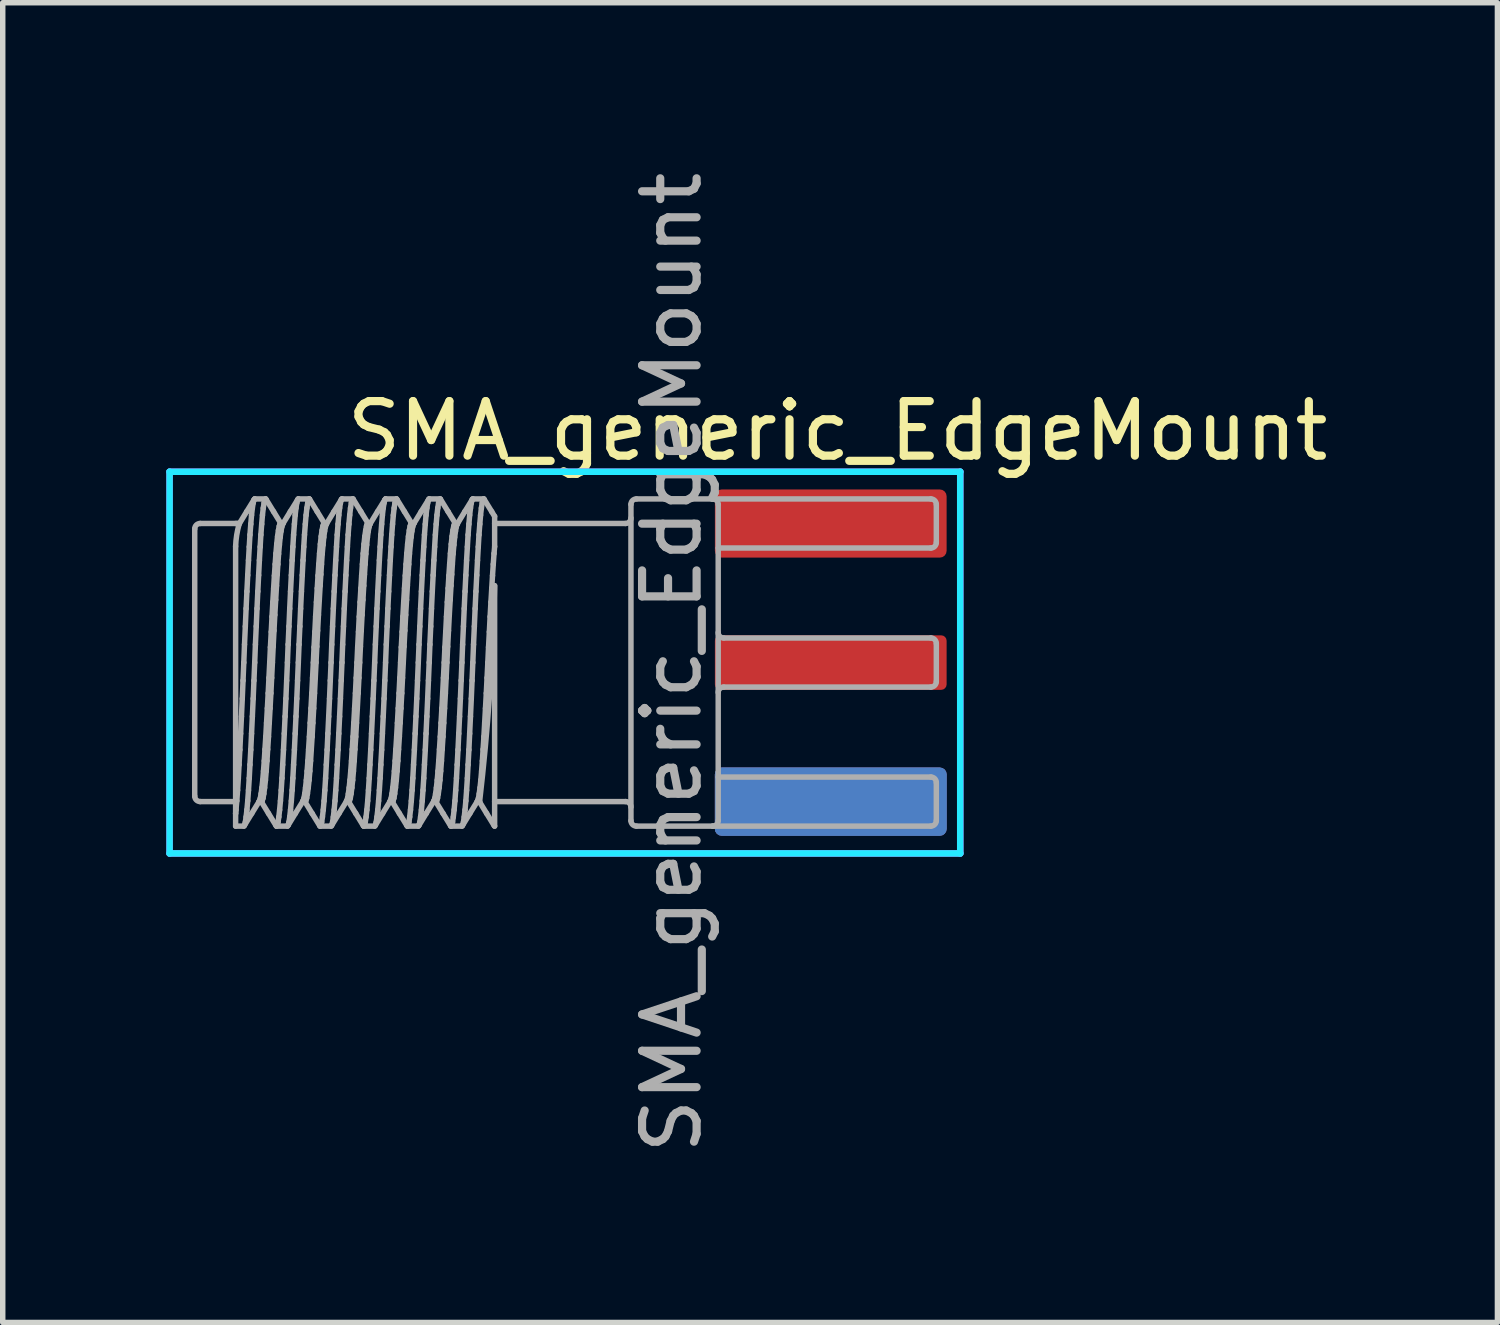
<source format=kicad_pcb>
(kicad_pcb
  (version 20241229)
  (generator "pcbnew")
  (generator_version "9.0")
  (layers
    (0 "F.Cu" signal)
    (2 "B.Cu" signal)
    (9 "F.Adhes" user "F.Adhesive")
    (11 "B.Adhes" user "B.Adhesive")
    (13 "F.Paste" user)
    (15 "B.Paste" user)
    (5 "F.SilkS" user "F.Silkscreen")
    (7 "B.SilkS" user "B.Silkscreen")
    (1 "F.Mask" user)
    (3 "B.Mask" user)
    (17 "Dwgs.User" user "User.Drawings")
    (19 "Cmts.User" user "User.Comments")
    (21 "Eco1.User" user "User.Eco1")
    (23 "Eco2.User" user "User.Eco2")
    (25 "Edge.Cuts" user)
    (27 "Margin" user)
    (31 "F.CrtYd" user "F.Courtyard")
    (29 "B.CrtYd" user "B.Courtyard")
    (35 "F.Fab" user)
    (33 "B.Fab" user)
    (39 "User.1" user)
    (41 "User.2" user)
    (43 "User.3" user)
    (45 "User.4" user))
  (footprint "SMA_generic_EdgeMount"
    (layer "F.Cu")
    (at 10.06 9.101)
    (property "Reference" "SMA_generic_EdgeMount" (at 2.25 -4.25 0) (layer "F.SilkS") (effects (font (size 1 1) (thickness 0.15))))
    (attr through_hole)
    (fp_line (start -10 -3.5) (end -10 3.5) (stroke (width 0.12) (type solid)) (layer "B.CrtYd"))
    (fp_line (start -10 3.5) (end 4.5 3.5) (stroke (width 0.12) (type solid)) (layer "B.CrtYd"))
    (fp_line (start 4.5 -3.5) (end -10 -3.5) (stroke (width 0.12) (type solid)) (layer "B.CrtYd"))
    (fp_line (start 4.5 3.5) (end 4.5 -3.5) (stroke (width 0.12) (type solid)) (layer "B.CrtYd"))
    (fp_line (start -10 -3.5) (end 4.5 -3.5) (stroke (width 0.12) (type solid)) (layer "F.CrtYd"))
    (fp_line (start -10 3.5) (end -10 -3.5) (stroke (width 0.12) (type solid)) (layer "F.CrtYd"))
    (fp_line (start 4.5 -3.5) (end 4.5 3.5) (stroke (width 0.12) (type solid)) (layer "F.CrtYd"))
    (fp_line (start 4.5 3.5) (end -10 3.5) (stroke (width 0.12) (type solid)) (layer "F.CrtYd"))
    (fp_line (start -9.539 2.449) (end -9.539 -2.451) (stroke (width 0.1) (type solid)) (layer "F.Fab"))
    (fp_line (start -9.439 2.549) (end -8.789 2.549) (stroke (width 0.1) (type solid)) (layer "F.Fab"))
    (fp_line (start -8.789 -2.551) (end -9.439 -2.551) (stroke (width 0.1) (type solid)) (layer "F.Fab"))
    (fp_line (start -8.789 -2.551) (end -8.759 -2.551) (stroke (width 0.1) (type solid)) (layer "F.Fab"))
    (fp_line (start -8.789 -2.131) (end -8.789 2.767) (stroke (width 0.1) (type solid)) (layer "F.Fab"))
    (fp_line (start -8.789 2.767) (end -8.789 2.999) (stroke (width 0.1) (type solid)) (layer "F.Fab"))
    (fp_line (start -8.789 2.999) (end -8.638 2.999) (stroke (width 0.1) (type solid)) (layer "F.Fab"))
    (fp_line (start -8.782 2.701) (end -8.789 2.767) (stroke (width 0.1) (type solid)) (layer "F.Fab"))
    (fp_line (start -8.767 2.536) (end -8.782 2.701) (stroke (width 0.1) (type solid)) (layer "F.Fab"))
    (fp_line (start -8.753 2.341) (end -8.767 2.536) (stroke (width 0.1) (type solid)) (layer "F.Fab"))
    (fp_line (start -8.739 2.12) (end -8.753 2.341) (stroke (width 0.1) (type solid)) (layer "F.Fab"))
    (fp_line (start -8.726 1.873) (end -8.739 2.12) (stroke (width 0.1) (type solid)) (layer "F.Fab"))
    (fp_line (start -8.719 -2.551) (end -8.764 -2.551) (stroke (width 0.1) (type solid)) (layer "F.Fab"))
    (fp_line (start -8.711 1.599) (end -8.726 1.873) (stroke (width 0.1) (type solid)) (layer "F.Fab"))
    (fp_line (start -8.697 1.302) (end -8.711 1.599) (stroke (width 0.1) (type solid)) (layer "F.Fab"))
    (fp_line (start -8.682 0.988) (end -8.697 1.302) (stroke (width 0.1) (type solid)) (layer "F.Fab"))
    (fp_line (start -8.667 0.661) (end -8.682 0.988) (stroke (width 0.1) (type solid)) (layer "F.Fab"))
    (fp_line (start -8.653 0.329) (end -8.667 0.661) (stroke (width 0.1) (type solid)) (layer "F.Fab"))
    (fp_line (start -8.639 -0.001) (end -8.653 0.329) (stroke (width 0.1) (type solid)) (layer "F.Fab"))
    (fp_line (start -8.631 2.992) (end -8.493 2.766) (stroke (width 0.1) (type solid)) (layer "F.Fab"))
    (fp_line (start -8.626 -0.332) (end -8.639 -0.001) (stroke (width 0.1) (type solid)) (layer "F.Fab"))
    (fp_line (start -8.626 2.98) (end -8.638 2.997) (stroke (width 0.1) (type solid)) (layer "F.Fab"))
    (fp_line (start -8.611 -0.664) (end -8.626 -0.332) (stroke (width 0.1) (type solid)) (layer "F.Fab"))
    (fp_line (start -8.611 2.925) (end -8.626 2.98) (stroke (width 0.1) (type solid)) (layer "F.Fab"))
    (fp_line (start -8.597 -0.99) (end -8.611 -0.664) (stroke (width 0.1) (type solid)) (layer "F.Fab"))
    (fp_line (start -8.597 2.831) (end -8.611 2.925) (stroke (width 0.1) (type solid)) (layer "F.Fab"))
    (fp_line (start -8.586 -2.769) (end -8.724 -2.543) (stroke (width 0.1) (type solid)) (layer "F.Fab"))
    (fp_line (start -8.582 -1.305) (end -8.597 -0.99) (stroke (width 0.1) (type solid)) (layer "F.Fab"))
    (fp_line (start -8.582 2.701) (end -8.597 2.831) (stroke (width 0.1) (type solid)) (layer "F.Fab"))
    (fp_line (start -8.567 -1.602) (end -8.582 -1.305) (stroke (width 0.1) (type solid)) (layer "F.Fab"))
    (fp_line (start -8.567 2.536) (end -8.582 2.701) (stroke (width 0.1) (type solid)) (layer "F.Fab"))
    (fp_line (start -8.553 -1.876) (end -8.567 -1.602) (stroke (width 0.1) (type solid)) (layer "F.Fab"))
    (fp_line (start -8.553 2.341) (end -8.567 2.536) (stroke (width 0.1) (type solid)) (layer "F.Fab"))
    (fp_line (start -8.539 -2.123) (end -8.553 -1.876) (stroke (width 0.1) (type solid)) (layer "F.Fab"))
    (fp_line (start -8.539 2.12) (end -8.553 2.341) (stroke (width 0.1) (type solid)) (layer "F.Fab"))
    (fp_line (start -8.526 -2.343) (end -8.539 -2.123) (stroke (width 0.1) (type solid)) (layer "F.Fab"))
    (fp_line (start -8.526 1.873) (end -8.539 2.12) (stroke (width 0.1) (type solid)) (layer "F.Fab"))
    (fp_line (start -8.511 -2.539) (end -8.526 -2.343) (stroke (width 0.1) (type solid)) (layer "F.Fab"))
    (fp_line (start -8.511 1.599) (end -8.526 1.873) (stroke (width 0.1) (type solid)) (layer "F.Fab"))
    (fp_line (start -8.497 -2.703) (end -8.511 -2.539) (stroke (width 0.1) (type solid)) (layer "F.Fab"))
    (fp_line (start -8.497 1.302) (end -8.511 1.599) (stroke (width 0.1) (type solid)) (layer "F.Fab"))
    (fp_line (start -8.493 2.766) (end -8.354 2.541) (stroke (width 0.1) (type solid)) (layer "F.Fab"))
    (fp_line (start -8.482 -2.834) (end -8.497 -2.703) (stroke (width 0.1) (type solid)) (layer "F.Fab"))
    (fp_line (start -8.482 0.988) (end -8.497 1.302) (stroke (width 0.1) (type solid)) (layer "F.Fab"))
    (fp_line (start -8.467 -2.927) (end -8.482 -2.834) (stroke (width 0.1) (type solid)) (layer "F.Fab"))
    (fp_line (start -8.467 0.661) (end -8.482 0.988) (stroke (width 0.1) (type solid)) (layer "F.Fab"))
    (fp_line (start -8.453 -2.983) (end -8.467 -2.927) (stroke (width 0.1) (type solid)) (layer "F.Fab"))
    (fp_line (start -8.453 0.329) (end -8.467 0.661) (stroke (width 0.1) (type solid)) (layer "F.Fab"))
    (fp_line (start -8.447 -2.994) (end -8.586 -2.769) (stroke (width 0.1) (type solid)) (layer "F.Fab"))
    (fp_line (start -8.439 -3.001) (end -8.453 -2.983) (stroke (width 0.1) (type solid)) (layer "F.Fab"))
    (fp_line (start -8.439 -0.001) (end -8.453 0.329) (stroke (width 0.1) (type solid)) (layer "F.Fab"))
    (fp_line (start -8.439 -3.001) (end -8.439 -3.001) (stroke (width 0.1) (type solid)) (layer "F.Fab"))
    (fp_line (start -8.426 -0.332) (end -8.439 -0.001) (stroke (width 0.1) (type solid)) (layer "F.Fab"))
    (fp_line (start -8.411 -0.664) (end -8.426 -0.332) (stroke (width 0.1) (type solid)) (layer "F.Fab"))
    (fp_line (start -8.397 -0.99) (end -8.411 -0.664) (stroke (width 0.1) (type solid)) (layer "F.Fab"))
    (fp_line (start -8.382 -1.305) (end -8.397 -0.99) (stroke (width 0.1) (type solid)) (layer "F.Fab"))
    (fp_line (start -8.367 -1.602) (end -8.382 -1.305) (stroke (width 0.1) (type solid)) (layer "F.Fab"))
    (fp_line (start -8.359 2.549) (end -8.314 2.549) (stroke (width 0.1) (type solid)) (layer "F.Fab"))
    (fp_line (start -8.354 2.537) (end -8.351 2.533) (stroke (width 0.1) (type solid)) (layer "F.Fab"))
    (fp_line (start -8.353 -1.876) (end -8.367 -1.602) (stroke (width 0.1) (type solid)) (layer "F.Fab"))
    (fp_line (start -8.351 2.533) (end -8.336 2.486) (stroke (width 0.1) (type solid)) (layer "F.Fab"))
    (fp_line (start -8.339 -2.123) (end -8.353 -1.876) (stroke (width 0.1) (type solid)) (layer "F.Fab"))
    (fp_line (start -8.336 2.486) (end -8.322 2.406) (stroke (width 0.1) (type solid)) (layer "F.Fab"))
    (fp_line (start -8.326 -2.343) (end -8.339 -2.123) (stroke (width 0.1) (type solid)) (layer "F.Fab"))
    (fp_line (start -8.322 2.406) (end -8.307 2.295) (stroke (width 0.1) (type solid)) (layer "F.Fab"))
    (fp_line (start -8.319 2.549) (end -8.186 2.766) (stroke (width 0.1) (type solid)) (layer "F.Fab"))
    (fp_line (start -8.311 -2.539) (end -8.326 -2.343) (stroke (width 0.1) (type solid)) (layer "F.Fab"))
    (fp_line (start -8.307 2.295) (end -8.292 2.155) (stroke (width 0.1) (type solid)) (layer "F.Fab"))
    (fp_line (start -8.301 2.533) (end -8.314 2.549) (stroke (width 0.1) (type solid)) (layer "F.Fab"))
    (fp_line (start -8.297 -2.703) (end -8.311 -2.539) (stroke (width 0.1) (type solid)) (layer "F.Fab"))
    (fp_line (start -8.292 2.155) (end -8.278 1.99) (stroke (width 0.1) (type solid)) (layer "F.Fab"))
    (fp_line (start -8.286 2.486) (end -8.301 2.533) (stroke (width 0.1) (type solid)) (layer "F.Fab"))
    (fp_line (start -8.282 -2.834) (end -8.297 -2.703) (stroke (width 0.1) (type solid)) (layer "F.Fab"))
    (fp_line (start -8.278 1.99) (end -8.264 1.802) (stroke (width 0.1) (type solid)) (layer "F.Fab"))
    (fp_line (start -8.272 2.406) (end -8.286 2.486) (stroke (width 0.1) (type solid)) (layer "F.Fab"))
    (fp_line (start -8.267 -2.927) (end -8.282 -2.834) (stroke (width 0.1) (type solid)) (layer "F.Fab"))
    (fp_line (start -8.264 1.802) (end -8.251 1.592) (stroke (width 0.1) (type solid)) (layer "F.Fab"))
    (fp_line (start -8.257 2.295) (end -8.272 2.406) (stroke (width 0.1) (type solid)) (layer "F.Fab"))
    (fp_line (start -8.253 -2.983) (end -8.267 -2.927) (stroke (width 0.1) (type solid)) (layer "F.Fab"))
    (fp_line (start -8.251 1.592) (end -8.236 1.359) (stroke (width 0.1) (type solid)) (layer "F.Fab"))
    (fp_line (start -8.242 2.155) (end -8.257 2.295) (stroke (width 0.1) (type solid)) (layer "F.Fab"))
    (fp_line (start -8.239 -3.001) (end -8.253 -2.983) (stroke (width 0.1) (type solid)) (layer "F.Fab"))
    (fp_line (start -8.239 -3.001) (end -8.439 -3.001) (stroke (width 0.1) (type solid)) (layer "F.Fab"))
    (fp_line (start -8.236 1.359) (end -8.222 1.107) (stroke (width 0.1) (type solid)) (layer "F.Fab"))
    (fp_line (start -8.231 -2.99) (end -8.239 -3.001) (stroke (width 0.1) (type solid)) (layer "F.Fab"))
    (fp_line (start -8.228 1.99) (end -8.242 2.155) (stroke (width 0.1) (type solid)) (layer "F.Fab"))
    (fp_line (start -8.222 1.107) (end -8.207 0.839) (stroke (width 0.1) (type solid)) (layer "F.Fab"))
    (fp_line (start -8.214 1.802) (end -8.228 1.99) (stroke (width 0.1) (type solid)) (layer "F.Fab"))
    (fp_line (start -8.207 0.839) (end -8.192 0.562) (stroke (width 0.1) (type solid)) (layer "F.Fab"))
    (fp_line (start -8.201 1.592) (end -8.214 1.802) (stroke (width 0.1) (type solid)) (layer "F.Fab"))
    (fp_line (start -8.192 0.562) (end -8.178 0.28) (stroke (width 0.1) (type solid)) (layer "F.Fab"))
    (fp_line (start -8.186 1.359) (end -8.201 1.592) (stroke (width 0.1) (type solid)) (layer "F.Fab"))
    (fp_line (start -8.186 2.766) (end -8.047 2.992) (stroke (width 0.1) (type solid)) (layer "F.Fab"))
    (fp_line (start -8.178 0.28) (end -8.164 -0.001) (stroke (width 0.1) (type solid)) (layer "F.Fab"))
    (fp_line (start -8.172 1.107) (end -8.186 1.359) (stroke (width 0.1) (type solid)) (layer "F.Fab"))
    (fp_line (start -8.164 -0.001) (end -8.151 -0.282) (stroke (width 0.1) (type solid)) (layer "F.Fab"))
    (fp_line (start -8.157 0.839) (end -8.172 1.107) (stroke (width 0.1) (type solid)) (layer "F.Fab"))
    (fp_line (start -8.151 -0.282) (end -8.136 -0.564) (stroke (width 0.1) (type solid)) (layer "F.Fab"))
    (fp_line (start -8.142 0.562) (end -8.157 0.839) (stroke (width 0.1) (type solid)) (layer "F.Fab"))
    (fp_line (start -8.136 -0.564) (end -8.122 -0.842) (stroke (width 0.1) (type solid)) (layer "F.Fab"))
    (fp_line (start -8.128 0.28) (end -8.142 0.562) (stroke (width 0.1) (type solid)) (layer "F.Fab"))
    (fp_line (start -8.122 -0.842) (end -8.107 -1.109) (stroke (width 0.1) (type solid)) (layer "F.Fab"))
    (fp_line (start -8.114 -0.001) (end -8.128 0.28) (stroke (width 0.1) (type solid)) (layer "F.Fab"))
    (fp_line (start -8.107 -1.109) (end -8.092 -1.362) (stroke (width 0.1) (type solid)) (layer "F.Fab"))
    (fp_line (start -8.1 -0.294) (end -8.114 -0.001) (stroke (width 0.1) (type solid)) (layer "F.Fab"))
    (fp_line (start -8.093 -2.769) (end -8.231 -2.994) (stroke (width 0.1) (type solid)) (layer "F.Fab"))
    (fp_line (start -8.092 -1.362) (end -8.078 -1.595) (stroke (width 0.1) (type solid)) (layer "F.Fab"))
    (fp_line (start -8.085 -0.587) (end -8.1 -0.294) (stroke (width 0.1) (type solid)) (layer "F.Fab"))
    (fp_line (start -8.078 -1.595) (end -8.064 -1.804) (stroke (width 0.1) (type solid)) (layer "F.Fab"))
    (fp_line (start -8.07 -0.874) (end -8.085 -0.587) (stroke (width 0.1) (type solid)) (layer "F.Fab"))
    (fp_line (start -8.064 -1.804) (end -8.05 -2) (stroke (width 0.1) (type solid)) (layer "F.Fab"))
    (fp_line (start -8.054 -1.151) (end -8.07 -0.874) (stroke (width 0.1) (type solid)) (layer "F.Fab"))
    (fp_line (start -8.05 -2) (end -8.035 -2.172) (stroke (width 0.1) (type solid)) (layer "F.Fab"))
    (fp_line (start -8.039 -1.41) (end -8.054 -1.151) (stroke (width 0.1) (type solid)) (layer "F.Fab"))
    (fp_line (start -8.039 2.999) (end -8.048 2.988) (stroke (width 0.1) (type solid)) (layer "F.Fab"))
    (fp_line (start -8.038 2.999) (end -7.838 2.999) (stroke (width 0.1) (type solid)) (layer "F.Fab"))
    (fp_line (start -8.035 -2.172) (end -8.02 -2.314) (stroke (width 0.1) (type solid)) (layer "F.Fab"))
    (fp_line (start -8.026 -1.617) (end -8.039 -1.41) (stroke (width 0.1) (type solid)) (layer "F.Fab"))
    (fp_line (start -8.026 2.98) (end -8.039 2.999) (stroke (width 0.1) (type solid)) (layer "F.Fab"))
    (fp_line (start -8.02 -2.314) (end -8.004 -2.425) (stroke (width 0.1) (type solid)) (layer "F.Fab"))
    (fp_line (start -8.014 -1.804) (end -8.026 -1.617) (stroke (width 0.1) (type solid)) (layer "F.Fab"))
    (fp_line (start -8.011 2.925) (end -8.026 2.98) (stroke (width 0.1) (type solid)) (layer "F.Fab"))
    (fp_line (start -8.004 -2.425) (end -7.989 -2.502) (stroke (width 0.1) (type solid)) (layer "F.Fab"))
    (fp_line (start -8.001 -1.992) (end -8.014 -1.804) (stroke (width 0.1) (type solid)) (layer "F.Fab"))
    (fp_line (start -7.997 2.831) (end -8.011 2.925) (stroke (width 0.1) (type solid)) (layer "F.Fab"))
    (fp_line (start -7.989 -2.502) (end -7.976 -2.539) (stroke (width 0.1) (type solid)) (layer "F.Fab"))
    (fp_line (start -7.986 -2.158) (end -8.001 -1.992) (stroke (width 0.1) (type solid)) (layer "F.Fab"))
    (fp_line (start -7.982 2.701) (end -7.997 2.831) (stroke (width 0.1) (type solid)) (layer "F.Fab"))
    (fp_line (start -7.976 -2.539) (end -7.964 -2.551) (stroke (width 0.1) (type solid)) (layer "F.Fab"))
    (fp_line (start -7.972 -2.298) (end -7.986 -2.158) (stroke (width 0.1) (type solid)) (layer "F.Fab"))
    (fp_line (start -7.967 2.536) (end -7.982 2.701) (stroke (width 0.1) (type solid)) (layer "F.Fab"))
    (fp_line (start -7.959 -2.551) (end -8.093 -2.769) (stroke (width 0.1) (type solid)) (layer "F.Fab"))
    (fp_line (start -7.957 -2.409) (end -7.972 -2.298) (stroke (width 0.1) (type solid)) (layer "F.Fab"))
    (fp_line (start -7.953 2.341) (end -7.967 2.536) (stroke (width 0.1) (type solid)) (layer "F.Fab"))
    (fp_line (start -7.942 -2.488) (end -7.957 -2.409) (stroke (width 0.1) (type solid)) (layer "F.Fab"))
    (fp_line (start -7.939 2.12) (end -7.953 2.341) (stroke (width 0.1) (type solid)) (layer "F.Fab"))
    (fp_line (start -7.928 -2.536) (end -7.942 -2.488) (stroke (width 0.1) (type solid)) (layer "F.Fab"))
    (fp_line (start -7.926 1.873) (end -7.939 2.12) (stroke (width 0.1) (type solid)) (layer "F.Fab"))
    (fp_line (start -7.924 -2.54) (end -7.928 -2.536) (stroke (width 0.1) (type solid)) (layer "F.Fab"))
    (fp_line (start -7.919 -2.551) (end -7.964 -2.551) (stroke (width 0.1) (type solid)) (layer "F.Fab"))
    (fp_line (start -7.911 1.599) (end -7.926 1.873) (stroke (width 0.1) (type solid)) (layer "F.Fab"))
    (fp_line (start -7.897 1.302) (end -7.911 1.599) (stroke (width 0.1) (type solid)) (layer "F.Fab"))
    (fp_line (start -7.882 0.988) (end -7.897 1.302) (stroke (width 0.1) (type solid)) (layer "F.Fab"))
    (fp_line (start -7.867 0.661) (end -7.882 0.988) (stroke (width 0.1) (type solid)) (layer "F.Fab"))
    (fp_line (start -7.853 0.329) (end -7.867 0.661) (stroke (width 0.1) (type solid)) (layer "F.Fab"))
    (fp_line (start -7.839 -0.001) (end -7.853 0.329) (stroke (width 0.1) (type solid)) (layer "F.Fab"))
    (fp_line (start -7.831 2.992) (end -7.693 2.766) (stroke (width 0.1) (type solid)) (layer "F.Fab"))
    (fp_line (start -7.826 -0.332) (end -7.839 -0.001) (stroke (width 0.1) (type solid)) (layer "F.Fab"))
    (fp_line (start -7.826 2.98) (end -7.838 2.997) (stroke (width 0.1) (type solid)) (layer "F.Fab"))
    (fp_line (start -7.811 -0.664) (end -7.826 -0.332) (stroke (width 0.1) (type solid)) (layer "F.Fab"))
    (fp_line (start -7.811 2.925) (end -7.826 2.98) (stroke (width 0.1) (type solid)) (layer "F.Fab"))
    (fp_line (start -7.797 -0.99) (end -7.811 -0.664) (stroke (width 0.1) (type solid)) (layer "F.Fab"))
    (fp_line (start -7.797 2.831) (end -7.811 2.925) (stroke (width 0.1) (type solid)) (layer "F.Fab"))
    (fp_line (start -7.786 -2.769) (end -7.924 -2.543) (stroke (width 0.1) (type solid)) (layer "F.Fab"))
    (fp_line (start -7.782 -1.305) (end -7.797 -0.99) (stroke (width 0.1) (type solid)) (layer "F.Fab"))
    (fp_line (start -7.782 2.701) (end -7.797 2.831) (stroke (width 0.1) (type solid)) (layer "F.Fab"))
    (fp_line (start -7.767 -1.602) (end -7.782 -1.305) (stroke (width 0.1) (type solid)) (layer "F.Fab"))
    (fp_line (start -7.767 2.536) (end -7.782 2.701) (stroke (width 0.1) (type solid)) (layer "F.Fab"))
    (fp_line (start -7.753 -1.876) (end -7.767 -1.602) (stroke (width 0.1) (type solid)) (layer "F.Fab"))
    (fp_line (start -7.753 2.341) (end -7.767 2.536) (stroke (width 0.1) (type solid)) (layer "F.Fab"))
    (fp_line (start -7.739 -2.123) (end -7.753 -1.876) (stroke (width 0.1) (type solid)) (layer "F.Fab"))
    (fp_line (start -7.739 2.12) (end -7.753 2.341) (stroke (width 0.1) (type solid)) (layer "F.Fab"))
    (fp_line (start -7.726 -2.343) (end -7.739 -2.123) (stroke (width 0.1) (type solid)) (layer "F.Fab"))
    (fp_line (start -7.726 1.873) (end -7.739 2.12) (stroke (width 0.1) (type solid)) (layer "F.Fab"))
    (fp_line (start -7.711 -2.539) (end -7.726 -2.343) (stroke (width 0.1) (type solid)) (layer "F.Fab"))
    (fp_line (start -7.711 1.599) (end -7.726 1.873) (stroke (width 0.1) (type solid)) (layer "F.Fab"))
    (fp_line (start -7.697 -2.703) (end -7.711 -2.539) (stroke (width 0.1) (type solid)) (layer "F.Fab"))
    (fp_line (start -7.697 1.302) (end -7.711 1.599) (stroke (width 0.1) (type solid)) (layer "F.Fab"))
    (fp_line (start -7.693 2.766) (end -7.554 2.541) (stroke (width 0.1) (type solid)) (layer "F.Fab"))
    (fp_line (start -7.682 -2.834) (end -7.697 -2.703) (stroke (width 0.1) (type solid)) (layer "F.Fab"))
    (fp_line (start -7.682 0.988) (end -7.697 1.302) (stroke (width 0.1) (type solid)) (layer "F.Fab"))
    (fp_line (start -7.667 -2.927) (end -7.682 -2.834) (stroke (width 0.1) (type solid)) (layer "F.Fab"))
    (fp_line (start -7.667 0.661) (end -7.682 0.988) (stroke (width 0.1) (type solid)) (layer "F.Fab"))
    (fp_line (start -7.653 -2.983) (end -7.667 -2.927) (stroke (width 0.1) (type solid)) (layer "F.Fab"))
    (fp_line (start -7.653 0.329) (end -7.667 0.661) (stroke (width 0.1) (type solid)) (layer "F.Fab"))
    (fp_line (start -7.647 -2.994) (end -7.786 -2.769) (stroke (width 0.1) (type solid)) (layer "F.Fab"))
    (fp_line (start -7.639 -3.001) (end -7.653 -2.983) (stroke (width 0.1) (type solid)) (layer "F.Fab"))
    (fp_line (start -7.639 -0.001) (end -7.653 0.329) (stroke (width 0.1) (type solid)) (layer "F.Fab"))
    (fp_line (start -7.639 -3.001) (end -7.639 -3.001) (stroke (width 0.1) (type solid)) (layer "F.Fab"))
    (fp_line (start -7.626 -0.332) (end -7.639 -0.001) (stroke (width 0.1) (type solid)) (layer "F.Fab"))
    (fp_line (start -7.611 -0.664) (end -7.626 -0.332) (stroke (width 0.1) (type solid)) (layer "F.Fab"))
    (fp_line (start -7.597 -0.99) (end -7.611 -0.664) (stroke (width 0.1) (type solid)) (layer "F.Fab"))
    (fp_line (start -7.582 -1.305) (end -7.597 -0.99) (stroke (width 0.1) (type solid)) (layer "F.Fab"))
    (fp_line (start -7.567 -1.602) (end -7.582 -1.305) (stroke (width 0.1) (type solid)) (layer "F.Fab"))
    (fp_line (start -7.559 2.549) (end -7.514 2.549) (stroke (width 0.1) (type solid)) (layer "F.Fab"))
    (fp_line (start -7.554 2.537) (end -7.551 2.533) (stroke (width 0.1) (type solid)) (layer "F.Fab"))
    (fp_line (start -7.553 -1.876) (end -7.567 -1.602) (stroke (width 0.1) (type solid)) (layer "F.Fab"))
    (fp_line (start -7.551 2.533) (end -7.536 2.486) (stroke (width 0.1) (type solid)) (layer "F.Fab"))
    (fp_line (start -7.539 -2.123) (end -7.553 -1.876) (stroke (width 0.1) (type solid)) (layer "F.Fab"))
    (fp_line (start -7.536 2.486) (end -7.522 2.406) (stroke (width 0.1) (type solid)) (layer "F.Fab"))
    (fp_line (start -7.526 -2.343) (end -7.539 -2.123) (stroke (width 0.1) (type solid)) (layer "F.Fab"))
    (fp_line (start -7.522 2.406) (end -7.507 2.295) (stroke (width 0.1) (type solid)) (layer "F.Fab"))
    (fp_line (start -7.519 2.549) (end -7.386 2.766) (stroke (width 0.1) (type solid)) (layer "F.Fab"))
    (fp_line (start -7.511 -2.539) (end -7.526 -2.343) (stroke (width 0.1) (type solid)) (layer "F.Fab"))
    (fp_line (start -7.507 2.295) (end -7.492 2.155) (stroke (width 0.1) (type solid)) (layer "F.Fab"))
    (fp_line (start -7.501 2.533) (end -7.514 2.549) (stroke (width 0.1) (type solid)) (layer "F.Fab"))
    (fp_line (start -7.497 -2.703) (end -7.511 -2.539) (stroke (width 0.1) (type solid)) (layer "F.Fab"))
    (fp_line (start -7.492 2.155) (end -7.478 1.99) (stroke (width 0.1) (type solid)) (layer "F.Fab"))
    (fp_line (start -7.486 2.486) (end -7.501 2.533) (stroke (width 0.1) (type solid)) (layer "F.Fab"))
    (fp_line (start -7.482 -2.834) (end -7.497 -2.703) (stroke (width 0.1) (type solid)) (layer "F.Fab"))
    (fp_line (start -7.478 1.99) (end -7.464 1.802) (stroke (width 0.1) (type solid)) (layer "F.Fab"))
    (fp_line (start -7.472 2.406) (end -7.486 2.486) (stroke (width 0.1) (type solid)) (layer "F.Fab"))
    (fp_line (start -7.467 -2.927) (end -7.482 -2.834) (stroke (width 0.1) (type solid)) (layer "F.Fab"))
    (fp_line (start -7.464 1.802) (end -7.451 1.592) (stroke (width 0.1) (type solid)) (layer "F.Fab"))
    (fp_line (start -7.457 2.295) (end -7.472 2.406) (stroke (width 0.1) (type solid)) (layer "F.Fab"))
    (fp_line (start -7.453 -2.983) (end -7.467 -2.927) (stroke (width 0.1) (type solid)) (layer "F.Fab"))
    (fp_line (start -7.451 1.592) (end -7.436 1.359) (stroke (width 0.1) (type solid)) (layer "F.Fab"))
    (fp_line (start -7.442 2.155) (end -7.457 2.295) (stroke (width 0.1) (type solid)) (layer "F.Fab"))
    (fp_line (start -7.439 -3.001) (end -7.453 -2.983) (stroke (width 0.1) (type solid)) (layer "F.Fab"))
    (fp_line (start -7.439 -3.001) (end -7.639 -3.001) (stroke (width 0.1) (type solid)) (layer "F.Fab"))
    (fp_line (start -7.436 1.359) (end -7.422 1.107) (stroke (width 0.1) (type solid)) (layer "F.Fab"))
    (fp_line (start -7.431 -2.99) (end -7.439 -3.001) (stroke (width 0.1) (type solid)) (layer "F.Fab"))
    (fp_line (start -7.428 1.99) (end -7.442 2.155) (stroke (width 0.1) (type solid)) (layer "F.Fab"))
    (fp_line (start -7.422 1.107) (end -7.407 0.839) (stroke (width 0.1) (type solid)) (layer "F.Fab"))
    (fp_line (start -7.414 1.802) (end -7.428 1.99) (stroke (width 0.1) (type solid)) (layer "F.Fab"))
    (fp_line (start -7.407 0.839) (end -7.392 0.562) (stroke (width 0.1) (type solid)) (layer "F.Fab"))
    (fp_line (start -7.401 1.592) (end -7.414 1.802) (stroke (width 0.1) (type solid)) (layer "F.Fab"))
    (fp_line (start -7.392 0.562) (end -7.378 0.28) (stroke (width 0.1) (type solid)) (layer "F.Fab"))
    (fp_line (start -7.386 1.359) (end -7.401 1.592) (stroke (width 0.1) (type solid)) (layer "F.Fab"))
    (fp_line (start -7.386 2.766) (end -7.247 2.992) (stroke (width 0.1) (type solid)) (layer "F.Fab"))
    (fp_line (start -7.378 0.28) (end -7.364 -0.001) (stroke (width 0.1) (type solid)) (layer "F.Fab"))
    (fp_line (start -7.372 1.107) (end -7.386 1.359) (stroke (width 0.1) (type solid)) (layer "F.Fab"))
    (fp_line (start -7.364 -0.001) (end -7.351 -0.282) (stroke (width 0.1) (type solid)) (layer "F.Fab"))
    (fp_line (start -7.357 0.839) (end -7.372 1.107) (stroke (width 0.1) (type solid)) (layer "F.Fab"))
    (fp_line (start -7.351 -0.282) (end -7.336 -0.564) (stroke (width 0.1) (type solid)) (layer "F.Fab"))
    (fp_line (start -7.342 0.562) (end -7.357 0.839) (stroke (width 0.1) (type solid)) (layer "F.Fab"))
    (fp_line (start -7.336 -0.564) (end -7.322 -0.842) (stroke (width 0.1) (type solid)) (layer "F.Fab"))
    (fp_line (start -7.328 0.28) (end -7.342 0.562) (stroke (width 0.1) (type solid)) (layer "F.Fab"))
    (fp_line (start -7.322 -0.842) (end -7.307 -1.109) (stroke (width 0.1) (type solid)) (layer "F.Fab"))
    (fp_line (start -7.314 -0.001) (end -7.328 0.28) (stroke (width 0.1) (type solid)) (layer "F.Fab"))
    (fp_line (start -7.307 -1.109) (end -7.292 -1.362) (stroke (width 0.1) (type solid)) (layer "F.Fab"))
    (fp_line (start -7.3 -0.294) (end -7.314 -0.001) (stroke (width 0.1) (type solid)) (layer "F.Fab"))
    (fp_line (start -7.293 -2.769) (end -7.431 -2.994) (stroke (width 0.1) (type solid)) (layer "F.Fab"))
    (fp_line (start -7.292 -1.362) (end -7.278 -1.595) (stroke (width 0.1) (type solid)) (layer "F.Fab"))
    (fp_line (start -7.285 -0.587) (end -7.3 -0.294) (stroke (width 0.1) (type solid)) (layer "F.Fab"))
    (fp_line (start -7.278 -1.595) (end -7.264 -1.804) (stroke (width 0.1) (type solid)) (layer "F.Fab"))
    (fp_line (start -7.27 -0.874) (end -7.285 -0.587) (stroke (width 0.1) (type solid)) (layer "F.Fab"))
    (fp_line (start -7.264 -1.804) (end -7.25 -2) (stroke (width 0.1) (type solid)) (layer "F.Fab"))
    (fp_line (start -7.254 -1.151) (end -7.27 -0.874) (stroke (width 0.1) (type solid)) (layer "F.Fab"))
    (fp_line (start -7.25 -2) (end -7.235 -2.172) (stroke (width 0.1) (type solid)) (layer "F.Fab"))
    (fp_line (start -7.239 -1.41) (end -7.254 -1.151) (stroke (width 0.1) (type solid)) (layer "F.Fab"))
    (fp_line (start -7.239 2.999) (end -7.248 2.988) (stroke (width 0.1) (type solid)) (layer "F.Fab"))
    (fp_line (start -7.238 2.999) (end -7.038 2.999) (stroke (width 0.1) (type solid)) (layer "F.Fab"))
    (fp_line (start -7.235 -2.172) (end -7.22 -2.314) (stroke (width 0.1) (type solid)) (layer "F.Fab"))
    (fp_line (start -7.226 -1.617) (end -7.239 -1.41) (stroke (width 0.1) (type solid)) (layer "F.Fab"))
    (fp_line (start -7.226 2.98) (end -7.239 2.999) (stroke (width 0.1) (type solid)) (layer "F.Fab"))
    (fp_line (start -7.22 -2.314) (end -7.204 -2.425) (stroke (width 0.1) (type solid)) (layer "F.Fab"))
    (fp_line (start -7.214 -1.804) (end -7.226 -1.617) (stroke (width 0.1) (type solid)) (layer "F.Fab"))
    (fp_line (start -7.211 2.925) (end -7.226 2.98) (stroke (width 0.1) (type solid)) (layer "F.Fab"))
    (fp_line (start -7.204 -2.425) (end -7.189 -2.502) (stroke (width 0.1) (type solid)) (layer "F.Fab"))
    (fp_line (start -7.201 -1.992) (end -7.214 -1.804) (stroke (width 0.1) (type solid)) (layer "F.Fab"))
    (fp_line (start -7.197 2.831) (end -7.211 2.925) (stroke (width 0.1) (type solid)) (layer "F.Fab"))
    (fp_line (start -7.189 -2.502) (end -7.176 -2.539) (stroke (width 0.1) (type solid)) (layer "F.Fab"))
    (fp_line (start -7.186 -2.158) (end -7.201 -1.992) (stroke (width 0.1) (type solid)) (layer "F.Fab"))
    (fp_line (start -7.182 2.701) (end -7.197 2.831) (stroke (width 0.1) (type solid)) (layer "F.Fab"))
    (fp_line (start -7.176 -2.539) (end -7.164 -2.551) (stroke (width 0.1) (type solid)) (layer "F.Fab"))
    (fp_line (start -7.172 -2.298) (end -7.186 -2.158) (stroke (width 0.1) (type solid)) (layer "F.Fab"))
    (fp_line (start -7.167 2.536) (end -7.182 2.701) (stroke (width 0.1) (type solid)) (layer "F.Fab"))
    (fp_line (start -7.159 -2.551) (end -7.293 -2.769) (stroke (width 0.1) (type solid)) (layer "F.Fab"))
    (fp_line (start -7.157 -2.409) (end -7.172 -2.298) (stroke (width 0.1) (type solid)) (layer "F.Fab"))
    (fp_line (start -7.153 2.341) (end -7.167 2.536) (stroke (width 0.1) (type solid)) (layer "F.Fab"))
    (fp_line (start -7.142 -2.488) (end -7.157 -2.409) (stroke (width 0.1) (type solid)) (layer "F.Fab"))
    (fp_line (start -7.139 2.12) (end -7.153 2.341) (stroke (width 0.1) (type solid)) (layer "F.Fab"))
    (fp_line (start -7.128 -2.536) (end -7.142 -2.488) (stroke (width 0.1) (type solid)) (layer "F.Fab"))
    (fp_line (start -7.126 1.873) (end -7.139 2.12) (stroke (width 0.1) (type solid)) (layer "F.Fab"))
    (fp_line (start -7.124 -2.54) (end -7.128 -2.536) (stroke (width 0.1) (type solid)) (layer "F.Fab"))
    (fp_line (start -7.119 -2.551) (end -7.164 -2.551) (stroke (width 0.1) (type solid)) (layer "F.Fab"))
    (fp_line (start -7.111 1.599) (end -7.126 1.873) (stroke (width 0.1) (type solid)) (layer "F.Fab"))
    (fp_line (start -7.097 1.302) (end -7.111 1.599) (stroke (width 0.1) (type solid)) (layer "F.Fab"))
    (fp_line (start -7.082 0.988) (end -7.097 1.302) (stroke (width 0.1) (type solid)) (layer "F.Fab"))
    (fp_line (start -7.067 0.661) (end -7.082 0.988) (stroke (width 0.1) (type solid)) (layer "F.Fab"))
    (fp_line (start -7.053 0.329) (end -7.067 0.661) (stroke (width 0.1) (type solid)) (layer "F.Fab"))
    (fp_line (start -7.039 -0.001) (end -7.053 0.329) (stroke (width 0.1) (type solid)) (layer "F.Fab"))
    (fp_line (start -7.031 2.992) (end -6.893 2.766) (stroke (width 0.1) (type solid)) (layer "F.Fab"))
    (fp_line (start -7.026 -0.332) (end -7.039 -0.001) (stroke (width 0.1) (type solid)) (layer "F.Fab"))
    (fp_line (start -7.026 2.98) (end -7.038 2.997) (stroke (width 0.1) (type solid)) (layer "F.Fab"))
    (fp_line (start -7.011 -0.664) (end -7.026 -0.332) (stroke (width 0.1) (type solid)) (layer "F.Fab"))
    (fp_line (start -7.011 2.925) (end -7.026 2.98) (stroke (width 0.1) (type solid)) (layer "F.Fab"))
    (fp_line (start -6.997 -0.99) (end -7.011 -0.664) (stroke (width 0.1) (type solid)) (layer "F.Fab"))
    (fp_line (start -6.997 2.831) (end -7.011 2.925) (stroke (width 0.1) (type solid)) (layer "F.Fab"))
    (fp_line (start -6.986 -2.769) (end -7.124 -2.543) (stroke (width 0.1) (type solid)) (layer "F.Fab"))
    (fp_line (start -6.982 -1.305) (end -6.997 -0.99) (stroke (width 0.1) (type solid)) (layer "F.Fab"))
    (fp_line (start -6.982 2.701) (end -6.997 2.831) (stroke (width 0.1) (type solid)) (layer "F.Fab"))
    (fp_line (start -6.967 -1.602) (end -6.982 -1.305) (stroke (width 0.1) (type solid)) (layer "F.Fab"))
    (fp_line (start -6.967 2.536) (end -6.982 2.701) (stroke (width 0.1) (type solid)) (layer "F.Fab"))
    (fp_line (start -6.953 -1.876) (end -6.967 -1.602) (stroke (width 0.1) (type solid)) (layer "F.Fab"))
    (fp_line (start -6.953 2.341) (end -6.967 2.536) (stroke (width 0.1) (type solid)) (layer "F.Fab"))
    (fp_line (start -6.939 -2.123) (end -6.953 -1.876) (stroke (width 0.1) (type solid)) (layer "F.Fab"))
    (fp_line (start -6.939 2.12) (end -6.953 2.341) (stroke (width 0.1) (type solid)) (layer "F.Fab"))
    (fp_line (start -6.926 -2.343) (end -6.939 -2.123) (stroke (width 0.1) (type solid)) (layer "F.Fab"))
    (fp_line (start -6.926 1.873) (end -6.939 2.12) (stroke (width 0.1) (type solid)) (layer "F.Fab"))
    (fp_line (start -6.911 -2.539) (end -6.926 -2.343) (stroke (width 0.1) (type solid)) (layer "F.Fab"))
    (fp_line (start -6.911 1.599) (end -6.926 1.873) (stroke (width 0.1) (type solid)) (layer "F.Fab"))
    (fp_line (start -6.897 -2.703) (end -6.911 -2.539) (stroke (width 0.1) (type solid)) (layer "F.Fab"))
    (fp_line (start -6.897 1.302) (end -6.911 1.599) (stroke (width 0.1) (type solid)) (layer "F.Fab"))
    (fp_line (start -6.893 2.766) (end -6.754 2.541) (stroke (width 0.1) (type solid)) (layer "F.Fab"))
    (fp_line (start -6.882 -2.834) (end -6.897 -2.703) (stroke (width 0.1) (type solid)) (layer "F.Fab"))
    (fp_line (start -6.882 0.988) (end -6.897 1.302) (stroke (width 0.1) (type solid)) (layer "F.Fab"))
    (fp_line (start -6.867 -2.927) (end -6.882 -2.834) (stroke (width 0.1) (type solid)) (layer "F.Fab"))
    (fp_line (start -6.867 0.661) (end -6.882 0.988) (stroke (width 0.1) (type solid)) (layer "F.Fab"))
    (fp_line (start -6.853 -2.983) (end -6.867 -2.927) (stroke (width 0.1) (type solid)) (layer "F.Fab"))
    (fp_line (start -6.853 0.329) (end -6.867 0.661) (stroke (width 0.1) (type solid)) (layer "F.Fab"))
    (fp_line (start -6.847 -2.994) (end -6.986 -2.769) (stroke (width 0.1) (type solid)) (layer "F.Fab"))
    (fp_line (start -6.839 -3.001) (end -6.853 -2.983) (stroke (width 0.1) (type solid)) (layer "F.Fab"))
    (fp_line (start -6.839 -0.001) (end -6.853 0.329) (stroke (width 0.1) (type solid)) (layer "F.Fab"))
    (fp_line (start -6.839 -3.001) (end -6.839 -3.001) (stroke (width 0.1) (type solid)) (layer "F.Fab"))
    (fp_line (start -6.826 -0.332) (end -6.839 -0.001) (stroke (width 0.1) (type solid)) (layer "F.Fab"))
    (fp_line (start -6.811 -0.664) (end -6.826 -0.332) (stroke (width 0.1) (type solid)) (layer "F.Fab"))
    (fp_line (start -6.797 -0.99) (end -6.811 -0.664) (stroke (width 0.1) (type solid)) (layer "F.Fab"))
    (fp_line (start -6.782 -1.305) (end -6.797 -0.99) (stroke (width 0.1) (type solid)) (layer "F.Fab"))
    (fp_line (start -6.767 -1.602) (end -6.782 -1.305) (stroke (width 0.1) (type solid)) (layer "F.Fab"))
    (fp_line (start -6.759 2.549) (end -6.714 2.549) (stroke (width 0.1) (type solid)) (layer "F.Fab"))
    (fp_line (start -6.754 2.537) (end -6.751 2.533) (stroke (width 0.1) (type solid)) (layer "F.Fab"))
    (fp_line (start -6.753 -1.876) (end -6.767 -1.602) (stroke (width 0.1) (type solid)) (layer "F.Fab"))
    (fp_line (start -6.751 2.533) (end -6.736 2.486) (stroke (width 0.1) (type solid)) (layer "F.Fab"))
    (fp_line (start -6.739 -2.123) (end -6.753 -1.876) (stroke (width 0.1) (type solid)) (layer "F.Fab"))
    (fp_line (start -6.736 2.486) (end -6.722 2.406) (stroke (width 0.1) (type solid)) (layer "F.Fab"))
    (fp_line (start -6.726 -2.343) (end -6.739 -2.123) (stroke (width 0.1) (type solid)) (layer "F.Fab"))
    (fp_line (start -6.722 2.406) (end -6.707 2.295) (stroke (width 0.1) (type solid)) (layer "F.Fab"))
    (fp_line (start -6.719 2.549) (end -6.586 2.766) (stroke (width 0.1) (type solid)) (layer "F.Fab"))
    (fp_line (start -6.711 -2.539) (end -6.726 -2.343) (stroke (width 0.1) (type solid)) (layer "F.Fab"))
    (fp_line (start -6.707 2.295) (end -6.692 2.155) (stroke (width 0.1) (type solid)) (layer "F.Fab"))
    (fp_line (start -6.701 2.533) (end -6.714 2.549) (stroke (width 0.1) (type solid)) (layer "F.Fab"))
    (fp_line (start -6.697 -2.703) (end -6.711 -2.539) (stroke (width 0.1) (type solid)) (layer "F.Fab"))
    (fp_line (start -6.692 2.155) (end -6.678 1.99) (stroke (width 0.1) (type solid)) (layer "F.Fab"))
    (fp_line (start -6.686 2.486) (end -6.701 2.533) (stroke (width 0.1) (type solid)) (layer "F.Fab"))
    (fp_line (start -6.682 -2.834) (end -6.697 -2.703) (stroke (width 0.1) (type solid)) (layer "F.Fab"))
    (fp_line (start -6.678 1.99) (end -6.664 1.802) (stroke (width 0.1) (type solid)) (layer "F.Fab"))
    (fp_line (start -6.672 2.406) (end -6.686 2.486) (stroke (width 0.1) (type solid)) (layer "F.Fab"))
    (fp_line (start -6.667 -2.927) (end -6.682 -2.834) (stroke (width 0.1) (type solid)) (layer "F.Fab"))
    (fp_line (start -6.664 1.802) (end -6.651 1.592) (stroke (width 0.1) (type solid)) (layer "F.Fab"))
    (fp_line (start -6.657 2.295) (end -6.672 2.406) (stroke (width 0.1) (type solid)) (layer "F.Fab"))
    (fp_line (start -6.653 -2.983) (end -6.667 -2.927) (stroke (width 0.1) (type solid)) (layer "F.Fab"))
    (fp_line (start -6.651 1.592) (end -6.636 1.359) (stroke (width 0.1) (type solid)) (layer "F.Fab"))
    (fp_line (start -6.642 2.155) (end -6.657 2.295) (stroke (width 0.1) (type solid)) (layer "F.Fab"))
    (fp_line (start -6.639 -3.001) (end -6.653 -2.983) (stroke (width 0.1) (type solid)) (layer "F.Fab"))
    (fp_line (start -6.639 -3.001) (end -6.839 -3.001) (stroke (width 0.1) (type solid)) (layer "F.Fab"))
    (fp_line (start -6.636 1.359) (end -6.622 1.107) (stroke (width 0.1) (type solid)) (layer "F.Fab"))
    (fp_line (start -6.631 -2.99) (end -6.639 -3.001) (stroke (width 0.1) (type solid)) (layer "F.Fab"))
    (fp_line (start -6.628 1.99) (end -6.642 2.155) (stroke (width 0.1) (type solid)) (layer "F.Fab"))
    (fp_line (start -6.622 1.107) (end -6.607 0.839) (stroke (width 0.1) (type solid)) (layer "F.Fab"))
    (fp_line (start -6.614 1.802) (end -6.628 1.99) (stroke (width 0.1) (type solid)) (layer "F.Fab"))
    (fp_line (start -6.607 0.839) (end -6.592 0.562) (stroke (width 0.1) (type solid)) (layer "F.Fab"))
    (fp_line (start -6.601 1.592) (end -6.614 1.802) (stroke (width 0.1) (type solid)) (layer "F.Fab"))
    (fp_line (start -6.592 0.562) (end -6.578 0.28) (stroke (width 0.1) (type solid)) (layer "F.Fab"))
    (fp_line (start -6.586 1.359) (end -6.601 1.592) (stroke (width 0.1) (type solid)) (layer "F.Fab"))
    (fp_line (start -6.586 2.766) (end -6.447 2.992) (stroke (width 0.1) (type solid)) (layer "F.Fab"))
    (fp_line (start -6.578 0.28) (end -6.564 -0.001) (stroke (width 0.1) (type solid)) (layer "F.Fab"))
    (fp_line (start -6.572 1.107) (end -6.586 1.359) (stroke (width 0.1) (type solid)) (layer "F.Fab"))
    (fp_line (start -6.564 -0.001) (end -6.551 -0.282) (stroke (width 0.1) (type solid)) (layer "F.Fab"))
    (fp_line (start -6.557 0.839) (end -6.572 1.107) (stroke (width 0.1) (type solid)) (layer "F.Fab"))
    (fp_line (start -6.551 -0.282) (end -6.536 -0.564) (stroke (width 0.1) (type solid)) (layer "F.Fab"))
    (fp_line (start -6.542 0.562) (end -6.557 0.839) (stroke (width 0.1) (type solid)) (layer "F.Fab"))
    (fp_line (start -6.536 -0.564) (end -6.522 -0.842) (stroke (width 0.1) (type solid)) (layer "F.Fab"))
    (fp_line (start -6.528 0.28) (end -6.542 0.562) (stroke (width 0.1) (type solid)) (layer "F.Fab"))
    (fp_line (start -6.522 -0.842) (end -6.507 -1.109) (stroke (width 0.1) (type solid)) (layer "F.Fab"))
    (fp_line (start -6.514 -0.001) (end -6.528 0.28) (stroke (width 0.1) (type solid)) (layer "F.Fab"))
    (fp_line (start -6.507 -1.109) (end -6.492 -1.362) (stroke (width 0.1) (type solid)) (layer "F.Fab"))
    (fp_line (start -6.5 -0.294) (end -6.514 -0.001) (stroke (width 0.1) (type solid)) (layer "F.Fab"))
    (fp_line (start -6.493 -2.769) (end -6.631 -2.994) (stroke (width 0.1) (type solid)) (layer "F.Fab"))
    (fp_line (start -6.492 -1.362) (end -6.478 -1.595) (stroke (width 0.1) (type solid)) (layer "F.Fab"))
    (fp_line (start -6.485 -0.587) (end -6.5 -0.294) (stroke (width 0.1) (type solid)) (layer "F.Fab"))
    (fp_line (start -6.478 -1.595) (end -6.464 -1.804) (stroke (width 0.1) (type solid)) (layer "F.Fab"))
    (fp_line (start -6.47 -0.874) (end -6.485 -0.587) (stroke (width 0.1) (type solid)) (layer "F.Fab"))
    (fp_line (start -6.464 -1.804) (end -6.45 -2) (stroke (width 0.1) (type solid)) (layer "F.Fab"))
    (fp_line (start -6.454 -1.151) (end -6.47 -0.874) (stroke (width 0.1) (type solid)) (layer "F.Fab"))
    (fp_line (start -6.45 -2) (end -6.435 -2.172) (stroke (width 0.1) (type solid)) (layer "F.Fab"))
    (fp_line (start -6.439 -1.41) (end -6.454 -1.151) (stroke (width 0.1) (type solid)) (layer "F.Fab"))
    (fp_line (start -6.439 2.999) (end -6.448 2.988) (stroke (width 0.1) (type solid)) (layer "F.Fab"))
    (fp_line (start -6.438 2.999) (end -6.238 2.999) (stroke (width 0.1) (type solid)) (layer "F.Fab"))
    (fp_line (start -6.435 -2.172) (end -6.42 -2.314) (stroke (width 0.1) (type solid)) (layer "F.Fab"))
    (fp_line (start -6.426 -1.617) (end -6.439 -1.41) (stroke (width 0.1) (type solid)) (layer "F.Fab"))
    (fp_line (start -6.426 2.98) (end -6.439 2.999) (stroke (width 0.1) (type solid)) (layer "F.Fab"))
    (fp_line (start -6.42 -2.314) (end -6.404 -2.425) (stroke (width 0.1) (type solid)) (layer "F.Fab"))
    (fp_line (start -6.414 -1.804) (end -6.426 -1.617) (stroke (width 0.1) (type solid)) (layer "F.Fab"))
    (fp_line (start -6.411 2.925) (end -6.426 2.98) (stroke (width 0.1) (type solid)) (layer "F.Fab"))
    (fp_line (start -6.404 -2.425) (end -6.389 -2.502) (stroke (width 0.1) (type solid)) (layer "F.Fab"))
    (fp_line (start -6.401 -1.992) (end -6.414 -1.804) (stroke (width 0.1) (type solid)) (layer "F.Fab"))
    (fp_line (start -6.397 2.831) (end -6.411 2.925) (stroke (width 0.1) (type solid)) (layer "F.Fab"))
    (fp_line (start -6.389 -2.502) (end -6.376 -2.539) (stroke (width 0.1) (type solid)) (layer "F.Fab"))
    (fp_line (start -6.386 -2.158) (end -6.401 -1.992) (stroke (width 0.1) (type solid)) (layer "F.Fab"))
    (fp_line (start -6.382 2.701) (end -6.397 2.831) (stroke (width 0.1) (type solid)) (layer "F.Fab"))
    (fp_line (start -6.376 -2.539) (end -6.364 -2.551) (stroke (width 0.1) (type solid)) (layer "F.Fab"))
    (fp_line (start -6.372 -2.298) (end -6.386 -2.158) (stroke (width 0.1) (type solid)) (layer "F.Fab"))
    (fp_line (start -6.367 2.536) (end -6.382 2.701) (stroke (width 0.1) (type solid)) (layer "F.Fab"))
    (fp_line (start -6.359 -2.551) (end -6.493 -2.769) (stroke (width 0.1) (type solid)) (layer "F.Fab"))
    (fp_line (start -6.357 -2.409) (end -6.372 -2.298) (stroke (width 0.1) (type solid)) (layer "F.Fab"))
    (fp_line (start -6.353 2.341) (end -6.367 2.536) (stroke (width 0.1) (type solid)) (layer "F.Fab"))
    (fp_line (start -6.342 -2.488) (end -6.357 -2.409) (stroke (width 0.1) (type solid)) (layer "F.Fab"))
    (fp_line (start -6.339 2.12) (end -6.353 2.341) (stroke (width 0.1) (type solid)) (layer "F.Fab"))
    (fp_line (start -6.328 -2.536) (end -6.342 -2.488) (stroke (width 0.1) (type solid)) (layer "F.Fab"))
    (fp_line (start -6.326 1.873) (end -6.339 2.12) (stroke (width 0.1) (type solid)) (layer "F.Fab"))
    (fp_line (start -6.324 -2.54) (end -6.328 -2.536) (stroke (width 0.1) (type solid)) (layer "F.Fab"))
    (fp_line (start -6.319 -2.551) (end -6.364 -2.551) (stroke (width 0.1) (type solid)) (layer "F.Fab"))
    (fp_line (start -6.311 1.599) (end -6.326 1.873) (stroke (width 0.1) (type solid)) (layer "F.Fab"))
    (fp_line (start -6.297 1.302) (end -6.311 1.599) (stroke (width 0.1) (type solid)) (layer "F.Fab"))
    (fp_line (start -6.282 0.988) (end -6.297 1.302) (stroke (width 0.1) (type solid)) (layer "F.Fab"))
    (fp_line (start -6.267 0.661) (end -6.282 0.988) (stroke (width 0.1) (type solid)) (layer "F.Fab"))
    (fp_line (start -6.253 0.329) (end -6.267 0.661) (stroke (width 0.1) (type solid)) (layer "F.Fab"))
    (fp_line (start -6.239 -0.001) (end -6.253 0.329) (stroke (width 0.1) (type solid)) (layer "F.Fab"))
    (fp_line (start -6.231 2.992) (end -6.093 2.766) (stroke (width 0.1) (type solid)) (layer "F.Fab"))
    (fp_line (start -6.226 -0.332) (end -6.239 -0.001) (stroke (width 0.1) (type solid)) (layer "F.Fab"))
    (fp_line (start -6.226 2.98) (end -6.238 2.997) (stroke (width 0.1) (type solid)) (layer "F.Fab"))
    (fp_line (start -6.211 -0.664) (end -6.226 -0.332) (stroke (width 0.1) (type solid)) (layer "F.Fab"))
    (fp_line (start -6.211 2.925) (end -6.226 2.98) (stroke (width 0.1) (type solid)) (layer "F.Fab"))
    (fp_line (start -6.197 -0.99) (end -6.211 -0.664) (stroke (width 0.1) (type solid)) (layer "F.Fab"))
    (fp_line (start -6.197 2.831) (end -6.211 2.925) (stroke (width 0.1) (type solid)) (layer "F.Fab"))
    (fp_line (start -6.186 -2.769) (end -6.324 -2.543) (stroke (width 0.1) (type solid)) (layer "F.Fab"))
    (fp_line (start -6.182 -1.305) (end -6.197 -0.99) (stroke (width 0.1) (type solid)) (layer "F.Fab"))
    (fp_line (start -6.182 2.701) (end -6.197 2.831) (stroke (width 0.1) (type solid)) (layer "F.Fab"))
    (fp_line (start -6.167 -1.602) (end -6.182 -1.305) (stroke (width 0.1) (type solid)) (layer "F.Fab"))
    (fp_line (start -6.167 2.536) (end -6.182 2.701) (stroke (width 0.1) (type solid)) (layer "F.Fab"))
    (fp_line (start -6.153 -1.876) (end -6.167 -1.602) (stroke (width 0.1) (type solid)) (layer "F.Fab"))
    (fp_line (start -6.153 2.341) (end -6.167 2.536) (stroke (width 0.1) (type solid)) (layer "F.Fab"))
    (fp_line (start -6.139 -2.123) (end -6.153 -1.876) (stroke (width 0.1) (type solid)) (layer "F.Fab"))
    (fp_line (start -6.139 2.12) (end -6.153 2.341) (stroke (width 0.1) (type solid)) (layer "F.Fab"))
    (fp_line (start -6.126 -2.343) (end -6.139 -2.123) (stroke (width 0.1) (type solid)) (layer "F.Fab"))
    (fp_line (start -6.126 1.873) (end -6.139 2.12) (stroke (width 0.1) (type solid)) (layer "F.Fab"))
    (fp_line (start -6.111 -2.539) (end -6.126 -2.343) (stroke (width 0.1) (type solid)) (layer "F.Fab"))
    (fp_line (start -6.111 1.599) (end -6.126 1.873) (stroke (width 0.1) (type solid)) (layer "F.Fab"))
    (fp_line (start -6.097 -2.703) (end -6.111 -2.539) (stroke (width 0.1) (type solid)) (layer "F.Fab"))
    (fp_line (start -6.097 1.302) (end -6.111 1.599) (stroke (width 0.1) (type solid)) (layer "F.Fab"))
    (fp_line (start -6.093 2.766) (end -5.954 2.541) (stroke (width 0.1) (type solid)) (layer "F.Fab"))
    (fp_line (start -6.082 -2.834) (end -6.097 -2.703) (stroke (width 0.1) (type solid)) (layer "F.Fab"))
    (fp_line (start -6.082 0.988) (end -6.097 1.302) (stroke (width 0.1) (type solid)) (layer "F.Fab"))
    (fp_line (start -6.067 -2.927) (end -6.082 -2.834) (stroke (width 0.1) (type solid)) (layer "F.Fab"))
    (fp_line (start -6.067 0.661) (end -6.082 0.988) (stroke (width 0.1) (type solid)) (layer "F.Fab"))
    (fp_line (start -6.053 -2.983) (end -6.067 -2.927) (stroke (width 0.1) (type solid)) (layer "F.Fab"))
    (fp_line (start -6.053 0.329) (end -6.067 0.661) (stroke (width 0.1) (type solid)) (layer "F.Fab"))
    (fp_line (start -6.047 -2.994) (end -6.186 -2.769) (stroke (width 0.1) (type solid)) (layer "F.Fab"))
    (fp_line (start -6.039 -3.001) (end -6.053 -2.983) (stroke (width 0.1) (type solid)) (layer "F.Fab"))
    (fp_line (start -6.039 -0.001) (end -6.053 0.329) (stroke (width 0.1) (type solid)) (layer "F.Fab"))
    (fp_line (start -6.039 -3.001) (end -6.039 -3.001) (stroke (width 0.1) (type solid)) (layer "F.Fab"))
    (fp_line (start -6.026 -0.332) (end -6.039 -0.001) (stroke (width 0.1) (type solid)) (layer "F.Fab"))
    (fp_line (start -6.011 -0.664) (end -6.026 -0.332) (stroke (width 0.1) (type solid)) (layer "F.Fab"))
    (fp_line (start -5.997 -0.99) (end -6.011 -0.664) (stroke (width 0.1) (type solid)) (layer "F.Fab"))
    (fp_line (start -5.982 -1.305) (end -5.997 -0.99) (stroke (width 0.1) (type solid)) (layer "F.Fab"))
    (fp_line (start -5.967 -1.602) (end -5.982 -1.305) (stroke (width 0.1) (type solid)) (layer "F.Fab"))
    (fp_line (start -5.959 2.549) (end -5.914 2.549) (stroke (width 0.1) (type solid)) (layer "F.Fab"))
    (fp_line (start -5.954 2.537) (end -5.951 2.533) (stroke (width 0.1) (type solid)) (layer "F.Fab"))
    (fp_line (start -5.953 -1.876) (end -5.967 -1.602) (stroke (width 0.1) (type solid)) (layer "F.Fab"))
    (fp_line (start -5.951 2.533) (end -5.936 2.486) (stroke (width 0.1) (type solid)) (layer "F.Fab"))
    (fp_line (start -5.939 -2.123) (end -5.953 -1.876) (stroke (width 0.1) (type solid)) (layer "F.Fab"))
    (fp_line (start -5.936 2.486) (end -5.922 2.406) (stroke (width 0.1) (type solid)) (layer "F.Fab"))
    (fp_line (start -5.926 -2.343) (end -5.939 -2.123) (stroke (width 0.1) (type solid)) (layer "F.Fab"))
    (fp_line (start -5.922 2.406) (end -5.907 2.295) (stroke (width 0.1) (type solid)) (layer "F.Fab"))
    (fp_line (start -5.919 2.549) (end -5.786 2.766) (stroke (width 0.1) (type solid)) (layer "F.Fab"))
    (fp_line (start -5.911 -2.539) (end -5.926 -2.343) (stroke (width 0.1) (type solid)) (layer "F.Fab"))
    (fp_line (start -5.907 2.295) (end -5.892 2.155) (stroke (width 0.1) (type solid)) (layer "F.Fab"))
    (fp_line (start -5.901 2.533) (end -5.914 2.549) (stroke (width 0.1) (type solid)) (layer "F.Fab"))
    (fp_line (start -5.897 -2.703) (end -5.911 -2.539) (stroke (width 0.1) (type solid)) (layer "F.Fab"))
    (fp_line (start -5.892 2.155) (end -5.878 1.99) (stroke (width 0.1) (type solid)) (layer "F.Fab"))
    (fp_line (start -5.886 2.486) (end -5.901 2.533) (stroke (width 0.1) (type solid)) (layer "F.Fab"))
    (fp_line (start -5.882 -2.834) (end -5.897 -2.703) (stroke (width 0.1) (type solid)) (layer "F.Fab"))
    (fp_line (start -5.878 1.99) (end -5.864 1.802) (stroke (width 0.1) (type solid)) (layer "F.Fab"))
    (fp_line (start -5.872 2.406) (end -5.886 2.486) (stroke (width 0.1) (type solid)) (layer "F.Fab"))
    (fp_line (start -5.867 -2.927) (end -5.882 -2.834) (stroke (width 0.1) (type solid)) (layer "F.Fab"))
    (fp_line (start -5.864 1.802) (end -5.851 1.592) (stroke (width 0.1) (type solid)) (layer "F.Fab"))
    (fp_line (start -5.857 2.295) (end -5.872 2.406) (stroke (width 0.1) (type solid)) (layer "F.Fab"))
    (fp_line (start -5.853 -2.983) (end -5.867 -2.927) (stroke (width 0.1) (type solid)) (layer "F.Fab"))
    (fp_line (start -5.851 1.592) (end -5.836 1.359) (stroke (width 0.1) (type solid)) (layer "F.Fab"))
    (fp_line (start -5.842 2.155) (end -5.857 2.295) (stroke (width 0.1) (type solid)) (layer "F.Fab"))
    (fp_line (start -5.839 -3.001) (end -5.853 -2.983) (stroke (width 0.1) (type solid)) (layer "F.Fab"))
    (fp_line (start -5.839 -3.001) (end -6.039 -3.001) (stroke (width 0.1) (type solid)) (layer "F.Fab"))
    (fp_line (start -5.836 1.359) (end -5.822 1.107) (stroke (width 0.1) (type solid)) (layer "F.Fab"))
    (fp_line (start -5.831 -2.99) (end -5.839 -3.001) (stroke (width 0.1) (type solid)) (layer "F.Fab"))
    (fp_line (start -5.828 1.99) (end -5.842 2.155) (stroke (width 0.1) (type solid)) (layer "F.Fab"))
    (fp_line (start -5.822 1.107) (end -5.807 0.839) (stroke (width 0.1) (type solid)) (layer "F.Fab"))
    (fp_line (start -5.814 1.802) (end -5.828 1.99) (stroke (width 0.1) (type solid)) (layer "F.Fab"))
    (fp_line (start -5.807 0.839) (end -5.792 0.562) (stroke (width 0.1) (type solid)) (layer "F.Fab"))
    (fp_line (start -5.801 1.592) (end -5.814 1.802) (stroke (width 0.1) (type solid)) (layer "F.Fab"))
    (fp_line (start -5.792 0.562) (end -5.778 0.28) (stroke (width 0.1) (type solid)) (layer "F.Fab"))
    (fp_line (start -5.786 1.359) (end -5.801 1.592) (stroke (width 0.1) (type solid)) (layer "F.Fab"))
    (fp_line (start -5.786 2.766) (end -5.647 2.992) (stroke (width 0.1) (type solid)) (layer "F.Fab"))
    (fp_line (start -5.778 0.28) (end -5.764 -0.001) (stroke (width 0.1) (type solid)) (layer "F.Fab"))
    (fp_line (start -5.772 1.107) (end -5.786 1.359) (stroke (width 0.1) (type solid)) (layer "F.Fab"))
    (fp_line (start -5.764 -0.001) (end -5.751 -0.282) (stroke (width 0.1) (type solid)) (layer "F.Fab"))
    (fp_line (start -5.757 0.839) (end -5.772 1.107) (stroke (width 0.1) (type solid)) (layer "F.Fab"))
    (fp_line (start -5.751 -0.282) (end -5.736 -0.564) (stroke (width 0.1) (type solid)) (layer "F.Fab"))
    (fp_line (start -5.742 0.562) (end -5.757 0.839) (stroke (width 0.1) (type solid)) (layer "F.Fab"))
    (fp_line (start -5.736 -0.564) (end -5.722 -0.842) (stroke (width 0.1) (type solid)) (layer "F.Fab"))
    (fp_line (start -5.728 0.28) (end -5.742 0.562) (stroke (width 0.1) (type solid)) (layer "F.Fab"))
    (fp_line (start -5.722 -0.842) (end -5.707 -1.109) (stroke (width 0.1) (type solid)) (layer "F.Fab"))
    (fp_line (start -5.714 -0.001) (end -5.728 0.28) (stroke (width 0.1) (type solid)) (layer "F.Fab"))
    (fp_line (start -5.707 -1.109) (end -5.692 -1.362) (stroke (width 0.1) (type solid)) (layer "F.Fab"))
    (fp_line (start -5.7 -0.294) (end -5.714 -0.001) (stroke (width 0.1) (type solid)) (layer "F.Fab"))
    (fp_line (start -5.693 -2.769) (end -5.831 -2.994) (stroke (width 0.1) (type solid)) (layer "F.Fab"))
    (fp_line (start -5.692 -1.362) (end -5.678 -1.595) (stroke (width 0.1) (type solid)) (layer "F.Fab"))
    (fp_line (start -5.685 -0.587) (end -5.7 -0.294) (stroke (width 0.1) (type solid)) (layer "F.Fab"))
    (fp_line (start -5.678 -1.595) (end -5.664 -1.804) (stroke (width 0.1) (type solid)) (layer "F.Fab"))
    (fp_line (start -5.67 -0.874) (end -5.685 -0.587) (stroke (width 0.1) (type solid)) (layer "F.Fab"))
    (fp_line (start -5.664 -1.804) (end -5.65 -2) (stroke (width 0.1) (type solid)) (layer "F.Fab"))
    (fp_line (start -5.654 -1.151) (end -5.67 -0.874) (stroke (width 0.1) (type solid)) (layer "F.Fab"))
    (fp_line (start -5.65 -2) (end -5.635 -2.172) (stroke (width 0.1) (type solid)) (layer "F.Fab"))
    (fp_line (start -5.639 -1.41) (end -5.654 -1.151) (stroke (width 0.1) (type solid)) (layer "F.Fab"))
    (fp_line (start -5.639 2.999) (end -5.648 2.988) (stroke (width 0.1) (type solid)) (layer "F.Fab"))
    (fp_line (start -5.638 2.999) (end -5.438 2.999) (stroke (width 0.1) (type solid)) (layer "F.Fab"))
    (fp_line (start -5.635 -2.172) (end -5.62 -2.314) (stroke (width 0.1) (type solid)) (layer "F.Fab"))
    (fp_line (start -5.626 -1.617) (end -5.639 -1.41) (stroke (width 0.1) (type solid)) (layer "F.Fab"))
    (fp_line (start -5.626 2.98) (end -5.639 2.999) (stroke (width 0.1) (type solid)) (layer "F.Fab"))
    (fp_line (start -5.62 -2.314) (end -5.604 -2.425) (stroke (width 0.1) (type solid)) (layer "F.Fab"))
    (fp_line (start -5.614 -1.804) (end -5.626 -1.617) (stroke (width 0.1) (type solid)) (layer "F.Fab"))
    (fp_line (start -5.611 2.925) (end -5.626 2.98) (stroke (width 0.1) (type solid)) (layer "F.Fab"))
    (fp_line (start -5.604 -2.425) (end -5.589 -2.502) (stroke (width 0.1) (type solid)) (layer "F.Fab"))
    (fp_line (start -5.601 -1.992) (end -5.614 -1.804) (stroke (width 0.1) (type solid)) (layer "F.Fab"))
    (fp_line (start -5.597 2.831) (end -5.611 2.925) (stroke (width 0.1) (type solid)) (layer "F.Fab"))
    (fp_line (start -5.589 -2.502) (end -5.576 -2.539) (stroke (width 0.1) (type solid)) (layer "F.Fab"))
    (fp_line (start -5.586 -2.158) (end -5.601 -1.992) (stroke (width 0.1) (type solid)) (layer "F.Fab"))
    (fp_line (start -5.582 2.701) (end -5.597 2.831) (stroke (width 0.1) (type solid)) (layer "F.Fab"))
    (fp_line (start -5.576 -2.539) (end -5.564 -2.551) (stroke (width 0.1) (type solid)) (layer "F.Fab"))
    (fp_line (start -5.572 -2.298) (end -5.586 -2.158) (stroke (width 0.1) (type solid)) (layer "F.Fab"))
    (fp_line (start -5.567 2.536) (end -5.582 2.701) (stroke (width 0.1) (type solid)) (layer "F.Fab"))
    (fp_line (start -5.559 -2.551) (end -5.693 -2.769) (stroke (width 0.1) (type solid)) (layer "F.Fab"))
    (fp_line (start -5.557 -2.409) (end -5.572 -2.298) (stroke (width 0.1) (type solid)) (layer "F.Fab"))
    (fp_line (start -5.553 2.341) (end -5.567 2.536) (stroke (width 0.1) (type solid)) (layer "F.Fab"))
    (fp_line (start -5.542 -2.488) (end -5.557 -2.409) (stroke (width 0.1) (type solid)) (layer "F.Fab"))
    (fp_line (start -5.539 2.12) (end -5.553 2.341) (stroke (width 0.1) (type solid)) (layer "F.Fab"))
    (fp_line (start -5.528 -2.536) (end -5.542 -2.488) (stroke (width 0.1) (type solid)) (layer "F.Fab"))
    (fp_line (start -5.526 1.873) (end -5.539 2.12) (stroke (width 0.1) (type solid)) (layer "F.Fab"))
    (fp_line (start -5.524 -2.54) (end -5.528 -2.536) (stroke (width 0.1) (type solid)) (layer "F.Fab"))
    (fp_line (start -5.519 -2.551) (end -5.564 -2.551) (stroke (width 0.1) (type solid)) (layer "F.Fab"))
    (fp_line (start -5.511 1.599) (end -5.526 1.873) (stroke (width 0.1) (type solid)) (layer "F.Fab"))
    (fp_line (start -5.497 1.302) (end -5.511 1.599) (stroke (width 0.1) (type solid)) (layer "F.Fab"))
    (fp_line (start -5.482 0.988) (end -5.497 1.302) (stroke (width 0.1) (type solid)) (layer "F.Fab"))
    (fp_line (start -5.467 0.661) (end -5.482 0.988) (stroke (width 0.1) (type solid)) (layer "F.Fab"))
    (fp_line (start -5.453 0.329) (end -5.467 0.661) (stroke (width 0.1) (type solid)) (layer "F.Fab"))
    (fp_line (start -5.439 -0.001) (end -5.453 0.329) (stroke (width 0.1) (type solid)) (layer "F.Fab"))
    (fp_line (start -5.431 2.992) (end -5.293 2.766) (stroke (width 0.1) (type solid)) (layer "F.Fab"))
    (fp_line (start -5.426 -0.332) (end -5.439 -0.001) (stroke (width 0.1) (type solid)) (layer "F.Fab"))
    (fp_line (start -5.426 2.98) (end -5.438 2.997) (stroke (width 0.1) (type solid)) (layer "F.Fab"))
    (fp_line (start -5.411 -0.664) (end -5.426 -0.332) (stroke (width 0.1) (type solid)) (layer "F.Fab"))
    (fp_line (start -5.411 2.925) (end -5.426 2.98) (stroke (width 0.1) (type solid)) (layer "F.Fab"))
    (fp_line (start -5.397 -0.99) (end -5.411 -0.664) (stroke (width 0.1) (type solid)) (layer "F.Fab"))
    (fp_line (start -5.397 2.831) (end -5.411 2.925) (stroke (width 0.1) (type solid)) (layer "F.Fab"))
    (fp_line (start -5.386 -2.769) (end -5.524 -2.543) (stroke (width 0.1) (type solid)) (layer "F.Fab"))
    (fp_line (start -5.382 -1.305) (end -5.397 -0.99) (stroke (width 0.1) (type solid)) (layer "F.Fab"))
    (fp_line (start -5.382 2.701) (end -5.397 2.831) (stroke (width 0.1) (type solid)) (layer "F.Fab"))
    (fp_line (start -5.367 -1.602) (end -5.382 -1.305) (stroke (width 0.1) (type solid)) (layer "F.Fab"))
    (fp_line (start -5.367 2.536) (end -5.382 2.701) (stroke (width 0.1) (type solid)) (layer "F.Fab"))
    (fp_line (start -5.353 -1.876) (end -5.367 -1.602) (stroke (width 0.1) (type solid)) (layer "F.Fab"))
    (fp_line (start -5.353 2.341) (end -5.367 2.536) (stroke (width 0.1) (type solid)) (layer "F.Fab"))
    (fp_line (start -5.339 -2.123) (end -5.353 -1.876) (stroke (width 0.1) (type solid)) (layer "F.Fab"))
    (fp_line (start -5.339 2.12) (end -5.353 2.341) (stroke (width 0.1) (type solid)) (layer "F.Fab"))
    (fp_line (start -5.326 -2.343) (end -5.339 -2.123) (stroke (width 0.1) (type solid)) (layer "F.Fab"))
    (fp_line (start -5.326 1.873) (end -5.339 2.12) (stroke (width 0.1) (type solid)) (layer "F.Fab"))
    (fp_line (start -5.311 -2.539) (end -5.326 -2.343) (stroke (width 0.1) (type solid)) (layer "F.Fab"))
    (fp_line (start -5.311 1.599) (end -5.326 1.873) (stroke (width 0.1) (type solid)) (layer "F.Fab"))
    (fp_line (start -5.297 -2.703) (end -5.311 -2.539) (stroke (width 0.1) (type solid)) (layer "F.Fab"))
    (fp_line (start -5.297 1.302) (end -5.311 1.599) (stroke (width 0.1) (type solid)) (layer "F.Fab"))
    (fp_line (start -5.293 2.766) (end -5.154 2.541) (stroke (width 0.1) (type solid)) (layer "F.Fab"))
    (fp_line (start -5.282 -2.834) (end -5.297 -2.703) (stroke (width 0.1) (type solid)) (layer "F.Fab"))
    (fp_line (start -5.282 0.988) (end -5.297 1.302) (stroke (width 0.1) (type solid)) (layer "F.Fab"))
    (fp_line (start -5.267 -2.927) (end -5.282 -2.834) (stroke (width 0.1) (type solid)) (layer "F.Fab"))
    (fp_line (start -5.267 0.661) (end -5.282 0.988) (stroke (width 0.1) (type solid)) (layer "F.Fab"))
    (fp_line (start -5.253 -2.983) (end -5.267 -2.927) (stroke (width 0.1) (type solid)) (layer "F.Fab"))
    (fp_line (start -5.253 0.329) (end -5.267 0.661) (stroke (width 0.1) (type solid)) (layer "F.Fab"))
    (fp_line (start -5.247 -2.994) (end -5.386 -2.769) (stroke (width 0.1) (type solid)) (layer "F.Fab"))
    (fp_line (start -5.239 -3.001) (end -5.253 -2.983) (stroke (width 0.1) (type solid)) (layer "F.Fab"))
    (fp_line (start -5.239 -0.001) (end -5.253 0.329) (stroke (width 0.1) (type solid)) (layer "F.Fab"))
    (fp_line (start -5.239 -3.001) (end -5.239 -3.001) (stroke (width 0.1) (type solid)) (layer "F.Fab"))
    (fp_line (start -5.226 -0.332) (end -5.239 -0.001) (stroke (width 0.1) (type solid)) (layer "F.Fab"))
    (fp_line (start -5.211 -0.664) (end -5.226 -0.332) (stroke (width 0.1) (type solid)) (layer "F.Fab"))
    (fp_line (start -5.197 -0.99) (end -5.211 -0.664) (stroke (width 0.1) (type solid)) (layer "F.Fab"))
    (fp_line (start -5.182 -1.305) (end -5.197 -0.99) (stroke (width 0.1) (type solid)) (layer "F.Fab"))
    (fp_line (start -5.167 -1.602) (end -5.182 -1.305) (stroke (width 0.1) (type solid)) (layer "F.Fab"))
    (fp_line (start -5.159 2.549) (end -5.114 2.549) (stroke (width 0.1) (type solid)) (layer "F.Fab"))
    (fp_line (start -5.154 2.537) (end -5.151 2.533) (stroke (width 0.1) (type solid)) (layer "F.Fab"))
    (fp_line (start -5.153 -1.876) (end -5.167 -1.602) (stroke (width 0.1) (type solid)) (layer "F.Fab"))
    (fp_line (start -5.151 2.533) (end -5.136 2.486) (stroke (width 0.1) (type solid)) (layer "F.Fab"))
    (fp_line (start -5.139 -2.123) (end -5.153 -1.876) (stroke (width 0.1) (type solid)) (layer "F.Fab"))
    (fp_line (start -5.136 2.486) (end -5.122 2.406) (stroke (width 0.1) (type solid)) (layer "F.Fab"))
    (fp_line (start -5.126 -2.343) (end -5.139 -2.123) (stroke (width 0.1) (type solid)) (layer "F.Fab"))
    (fp_line (start -5.122 2.406) (end -5.107 2.295) (stroke (width 0.1) (type solid)) (layer "F.Fab"))
    (fp_line (start -5.119 2.549) (end -4.986 2.766) (stroke (width 0.1) (type solid)) (layer "F.Fab"))
    (fp_line (start -5.111 -2.539) (end -5.126 -2.343) (stroke (width 0.1) (type solid)) (layer "F.Fab"))
    (fp_line (start -5.107 2.295) (end -5.092 2.155) (stroke (width 0.1) (type solid)) (layer "F.Fab"))
    (fp_line (start -5.101 2.533) (end -5.114 2.549) (stroke (width 0.1) (type solid)) (layer "F.Fab"))
    (fp_line (start -5.097 -2.703) (end -5.111 -2.539) (stroke (width 0.1) (type solid)) (layer "F.Fab"))
    (fp_line (start -5.092 2.155) (end -5.078 1.99) (stroke (width 0.1) (type solid)) (layer "F.Fab"))
    (fp_line (start -5.086 2.486) (end -5.101 2.533) (stroke (width 0.1) (type solid)) (layer "F.Fab"))
    (fp_line (start -5.082 -2.834) (end -5.097 -2.703) (stroke (width 0.1) (type solid)) (layer "F.Fab"))
    (fp_line (start -5.078 1.99) (end -5.064 1.802) (stroke (width 0.1) (type solid)) (layer "F.Fab"))
    (fp_line (start -5.072 2.406) (end -5.086 2.486) (stroke (width 0.1) (type solid)) (layer "F.Fab"))
    (fp_line (start -5.067 -2.927) (end -5.082 -2.834) (stroke (width 0.1) (type solid)) (layer "F.Fab"))
    (fp_line (start -5.064 1.802) (end -5.051 1.592) (stroke (width 0.1) (type solid)) (layer "F.Fab"))
    (fp_line (start -5.057 2.295) (end -5.072 2.406) (stroke (width 0.1) (type solid)) (layer "F.Fab"))
    (fp_line (start -5.053 -2.983) (end -5.067 -2.927) (stroke (width 0.1) (type solid)) (layer "F.Fab"))
    (fp_line (start -5.051 1.592) (end -5.036 1.359) (stroke (width 0.1) (type solid)) (layer "F.Fab"))
    (fp_line (start -5.042 2.155) (end -5.057 2.295) (stroke (width 0.1) (type solid)) (layer "F.Fab"))
    (fp_line (start -5.039 -3.001) (end -5.053 -2.983) (stroke (width 0.1) (type solid)) (layer "F.Fab"))
    (fp_line (start -5.039 -3.001) (end -5.239 -3.001) (stroke (width 0.1) (type solid)) (layer "F.Fab"))
    (fp_line (start -5.036 1.359) (end -5.022 1.107) (stroke (width 0.1) (type solid)) (layer "F.Fab"))
    (fp_line (start -5.031 -2.99) (end -5.039 -3.001) (stroke (width 0.1) (type solid)) (layer "F.Fab"))
    (fp_line (start -5.028 1.99) (end -5.042 2.155) (stroke (width 0.1) (type solid)) (layer "F.Fab"))
    (fp_line (start -5.022 1.107) (end -5.007 0.839) (stroke (width 0.1) (type solid)) (layer "F.Fab"))
    (fp_line (start -5.014 1.802) (end -5.028 1.99) (stroke (width 0.1) (type solid)) (layer "F.Fab"))
    (fp_line (start -5.007 0.839) (end -4.992 0.562) (stroke (width 0.1) (type solid)) (layer "F.Fab"))
    (fp_line (start -5.001 1.592) (end -5.014 1.802) (stroke (width 0.1) (type solid)) (layer "F.Fab"))
    (fp_line (start -4.992 0.562) (end -4.978 0.28) (stroke (width 0.1) (type solid)) (layer "F.Fab"))
    (fp_line (start -4.986 1.359) (end -5.001 1.592) (stroke (width 0.1) (type solid)) (layer "F.Fab"))
    (fp_line (start -4.986 2.766) (end -4.847 2.992) (stroke (width 0.1) (type solid)) (layer "F.Fab"))
    (fp_line (start -4.978 0.28) (end -4.964 -0.001) (stroke (width 0.1) (type solid)) (layer "F.Fab"))
    (fp_line (start -4.972 1.107) (end -4.986 1.359) (stroke (width 0.1) (type solid)) (layer "F.Fab"))
    (fp_line (start -4.964 -0.001) (end -4.951 -0.282) (stroke (width 0.1) (type solid)) (layer "F.Fab"))
    (fp_line (start -4.957 0.839) (end -4.972 1.107) (stroke (width 0.1) (type solid)) (layer "F.Fab"))
    (fp_line (start -4.951 -0.282) (end -4.936 -0.564) (stroke (width 0.1) (type solid)) (layer "F.Fab"))
    (fp_line (start -4.942 0.562) (end -4.957 0.839) (stroke (width 0.1) (type solid)) (layer "F.Fab"))
    (fp_line (start -4.936 -0.564) (end -4.922 -0.842) (stroke (width 0.1) (type solid)) (layer "F.Fab"))
    (fp_line (start -4.928 0.28) (end -4.942 0.562) (stroke (width 0.1) (type solid)) (layer "F.Fab"))
    (fp_line (start -4.922 -0.842) (end -4.907 -1.109) (stroke (width 0.1) (type solid)) (layer "F.Fab"))
    (fp_line (start -4.914 -0.001) (end -4.928 0.28) (stroke (width 0.1) (type solid)) (layer "F.Fab"))
    (fp_line (start -4.907 -1.109) (end -4.892 -1.362) (stroke (width 0.1) (type solid)) (layer "F.Fab"))
    (fp_line (start -4.9 -0.294) (end -4.914 -0.001) (stroke (width 0.1) (type solid)) (layer "F.Fab"))
    (fp_line (start -4.893 -2.769) (end -5.031 -2.994) (stroke (width 0.1) (type solid)) (layer "F.Fab"))
    (fp_line (start -4.892 -1.362) (end -4.878 -1.595) (stroke (width 0.1) (type solid)) (layer "F.Fab"))
    (fp_line (start -4.885 -0.587) (end -4.9 -0.294) (stroke (width 0.1) (type solid)) (layer "F.Fab"))
    (fp_line (start -4.878 -1.595) (end -4.864 -1.804) (stroke (width 0.1) (type solid)) (layer "F.Fab"))
    (fp_line (start -4.87 -0.874) (end -4.885 -0.587) (stroke (width 0.1) (type solid)) (layer "F.Fab"))
    (fp_line (start -4.864 -1.804) (end -4.85 -2) (stroke (width 0.1) (type solid)) (layer "F.Fab"))
    (fp_line (start -4.854 -1.151) (end -4.87 -0.874) (stroke (width 0.1) (type solid)) (layer "F.Fab"))
    (fp_line (start -4.85 -2) (end -4.835 -2.172) (stroke (width 0.1) (type solid)) (layer "F.Fab"))
    (fp_line (start -4.839 -1.41) (end -4.854 -1.151) (stroke (width 0.1) (type solid)) (layer "F.Fab"))
    (fp_line (start -4.839 2.999) (end -4.848 2.988) (stroke (width 0.1) (type solid)) (layer "F.Fab"))
    (fp_line (start -4.838 2.999) (end -4.638 2.999) (stroke (width 0.1) (type solid)) (layer "F.Fab"))
    (fp_line (start -4.835 -2.172) (end -4.82 -2.314) (stroke (width 0.1) (type solid)) (layer "F.Fab"))
    (fp_line (start -4.826 -1.617) (end -4.839 -1.41) (stroke (width 0.1) (type solid)) (layer "F.Fab"))
    (fp_line (start -4.826 2.98) (end -4.839 2.999) (stroke (width 0.1) (type solid)) (layer "F.Fab"))
    (fp_line (start -4.82 -2.314) (end -4.804 -2.425) (stroke (width 0.1) (type solid)) (layer "F.Fab"))
    (fp_line (start -4.814 -1.804) (end -4.826 -1.617) (stroke (width 0.1) (type solid)) (layer "F.Fab"))
    (fp_line (start -4.811 2.925) (end -4.826 2.98) (stroke (width 0.1) (type solid)) (layer "F.Fab"))
    (fp_line (start -4.804 -2.425) (end -4.789 -2.502) (stroke (width 0.1) (type solid)) (layer "F.Fab"))
    (fp_line (start -4.801 -1.992) (end -4.814 -1.804) (stroke (width 0.1) (type solid)) (layer "F.Fab"))
    (fp_line (start -4.797 2.831) (end -4.811 2.925) (stroke (width 0.1) (type solid)) (layer "F.Fab"))
    (fp_line (start -4.789 -2.502) (end -4.776 -2.539) (stroke (width 0.1) (type solid)) (layer "F.Fab"))
    (fp_line (start -4.786 -2.158) (end -4.801 -1.992) (stroke (width 0.1) (type solid)) (layer "F.Fab"))
    (fp_line (start -4.782 2.701) (end -4.797 2.831) (stroke (width 0.1) (type solid)) (layer "F.Fab"))
    (fp_line (start -4.776 -2.539) (end -4.764 -2.551) (stroke (width 0.1) (type solid)) (layer "F.Fab"))
    (fp_line (start -4.772 -2.298) (end -4.786 -2.158) (stroke (width 0.1) (type solid)) (layer "F.Fab"))
    (fp_line (start -4.767 2.536) (end -4.782 2.701) (stroke (width 0.1) (type solid)) (layer "F.Fab"))
    (fp_line (start -4.759 -2.551) (end -4.893 -2.769) (stroke (width 0.1) (type solid)) (layer "F.Fab"))
    (fp_line (start -4.757 -2.409) (end -4.772 -2.298) (stroke (width 0.1) (type solid)) (layer "F.Fab"))
    (fp_line (start -4.753 2.341) (end -4.767 2.536) (stroke (width 0.1) (type solid)) (layer "F.Fab"))
    (fp_line (start -4.742 -2.488) (end -4.757 -2.409) (stroke (width 0.1) (type solid)) (layer "F.Fab"))
    (fp_line (start -4.739 2.12) (end -4.753 2.341) (stroke (width 0.1) (type solid)) (layer "F.Fab"))
    (fp_line (start -4.728 -2.536) (end -4.742 -2.488) (stroke (width 0.1) (type solid)) (layer "F.Fab"))
    (fp_line (start -4.726 1.873) (end -4.739 2.12) (stroke (width 0.1) (type solid)) (layer "F.Fab"))
    (fp_line (start -4.724 -2.54) (end -4.728 -2.536) (stroke (width 0.1) (type solid)) (layer "F.Fab"))
    (fp_line (start -4.719 -2.551) (end -4.764 -2.551) (stroke (width 0.1) (type solid)) (layer "F.Fab"))
    (fp_line (start -4.711 1.599) (end -4.726 1.873) (stroke (width 0.1) (type solid)) (layer "F.Fab"))
    (fp_line (start -4.697 1.302) (end -4.711 1.599) (stroke (width 0.1) (type solid)) (layer "F.Fab"))
    (fp_line (start -4.682 0.988) (end -4.697 1.302) (stroke (width 0.1) (type solid)) (layer "F.Fab"))
    (fp_line (start -4.667 0.661) (end -4.682 0.988) (stroke (width 0.1) (type solid)) (layer "F.Fab"))
    (fp_line (start -4.653 0.329) (end -4.667 0.661) (stroke (width 0.1) (type solid)) (layer "F.Fab"))
    (fp_line (start -4.639 -0.001) (end -4.653 0.329) (stroke (width 0.1) (type solid)) (layer "F.Fab"))
    (fp_line (start -4.631 2.992) (end -4.493 2.766) (stroke (width 0.1) (type solid)) (layer "F.Fab"))
    (fp_line (start -4.626 -0.332) (end -4.639 -0.001) (stroke (width 0.1) (type solid)) (layer "F.Fab"))
    (fp_line (start -4.626 2.98) (end -4.638 2.997) (stroke (width 0.1) (type solid)) (layer "F.Fab"))
    (fp_line (start -4.611 -0.664) (end -4.626 -0.332) (stroke (width 0.1) (type solid)) (layer "F.Fab"))
    (fp_line (start -4.611 2.925) (end -4.626 2.98) (stroke (width 0.1) (type solid)) (layer "F.Fab"))
    (fp_line (start -4.597 -0.99) (end -4.611 -0.664) (stroke (width 0.1) (type solid)) (layer "F.Fab"))
    (fp_line (start -4.597 2.831) (end -4.611 2.925) (stroke (width 0.1) (type solid)) (layer "F.Fab"))
    (fp_line (start -4.586 -2.769) (end -4.724 -2.543) (stroke (width 0.1) (type solid)) (layer "F.Fab"))
    (fp_line (start -4.582 -1.305) (end -4.597 -0.99) (stroke (width 0.1) (type solid)) (layer "F.Fab"))
    (fp_line (start -4.582 2.701) (end -4.597 2.831) (stroke (width 0.1) (type solid)) (layer "F.Fab"))
    (fp_line (start -4.567 -1.602) (end -4.582 -1.305) (stroke (width 0.1) (type solid)) (layer "F.Fab"))
    (fp_line (start -4.567 2.536) (end -4.582 2.701) (stroke (width 0.1) (type solid)) (layer "F.Fab"))
    (fp_line (start -4.553 -1.876) (end -4.567 -1.602) (stroke (width 0.1) (type solid)) (layer "F.Fab"))
    (fp_line (start -4.553 2.341) (end -4.567 2.536) (stroke (width 0.1) (type solid)) (layer "F.Fab"))
    (fp_line (start -4.539 -2.123) (end -4.553 -1.876) (stroke (width 0.1) (type solid)) (layer "F.Fab"))
    (fp_line (start -4.539 2.12) (end -4.553 2.341) (stroke (width 0.1) (type solid)) (layer "F.Fab"))
    (fp_line (start -4.526 -2.343) (end -4.539 -2.123) (stroke (width 0.1) (type solid)) (layer "F.Fab"))
    (fp_line (start -4.526 1.873) (end -4.539 2.12) (stroke (width 0.1) (type solid)) (layer "F.Fab"))
    (fp_line (start -4.511 -2.539) (end -4.526 -2.343) (stroke (width 0.1) (type solid)) (layer "F.Fab"))
    (fp_line (start -4.511 1.599) (end -4.526 1.873) (stroke (width 0.1) (type solid)) (layer "F.Fab"))
    (fp_line (start -4.497 -2.703) (end -4.511 -2.539) (stroke (width 0.1) (type solid)) (layer "F.Fab"))
    (fp_line (start -4.497 1.302) (end -4.511 1.599) (stroke (width 0.1) (type solid)) (layer "F.Fab"))
    (fp_line (start -4.493 2.766) (end -4.354 2.541) (stroke (width 0.1) (type solid)) (layer "F.Fab"))
    (fp_line (start -4.482 -2.834) (end -4.497 -2.703) (stroke (width 0.1) (type solid)) (layer "F.Fab"))
    (fp_line (start -4.482 0.988) (end -4.497 1.302) (stroke (width 0.1) (type solid)) (layer "F.Fab"))
    (fp_line (start -4.467 -2.927) (end -4.482 -2.834) (stroke (width 0.1) (type solid)) (layer "F.Fab"))
    (fp_line (start -4.467 0.661) (end -4.482 0.988) (stroke (width 0.1) (type solid)) (layer "F.Fab"))
    (fp_line (start -4.453 -2.983) (end -4.467 -2.927) (stroke (width 0.1) (type solid)) (layer "F.Fab"))
    (fp_line (start -4.453 0.329) (end -4.467 0.661) (stroke (width 0.1) (type solid)) (layer "F.Fab"))
    (fp_line (start -4.447 -2.994) (end -4.586 -2.769) (stroke (width 0.1) (type solid)) (layer "F.Fab"))
    (fp_line (start -4.439 -3.001) (end -4.453 -2.983) (stroke (width 0.1) (type solid)) (layer "F.Fab"))
    (fp_line (start -4.439 -0.001) (end -4.453 0.329) (stroke (width 0.1) (type solid)) (layer "F.Fab"))
    (fp_line (start -4.439 -3.001) (end -4.439 -3.001) (stroke (width 0.1) (type solid)) (layer "F.Fab"))
    (fp_line (start -4.426 -0.332) (end -4.439 -0.001) (stroke (width 0.1) (type solid)) (layer "F.Fab"))
    (fp_line (start -4.411 -0.664) (end -4.426 -0.332) (stroke (width 0.1) (type solid)) (layer "F.Fab"))
    (fp_line (start -4.397 -0.99) (end -4.411 -0.664) (stroke (width 0.1) (type solid)) (layer "F.Fab"))
    (fp_line (start -4.382 -1.305) (end -4.397 -0.99) (stroke (width 0.1) (type solid)) (layer "F.Fab"))
    (fp_line (start -4.367 -1.602) (end -4.382 -1.305) (stroke (width 0.1) (type solid)) (layer "F.Fab"))
    (fp_line (start -4.359 2.549) (end -4.314 2.549) (stroke (width 0.1) (type solid)) (layer "F.Fab"))
    (fp_line (start -4.354 2.537) (end -4.351 2.533) (stroke (width 0.1) (type solid)) (layer "F.Fab"))
    (fp_line (start -4.353 -1.876) (end -4.367 -1.602) (stroke (width 0.1) (type solid)) (layer "F.Fab"))
    (fp_line (start -4.351 2.533) (end -4.336 2.486) (stroke (width 0.1) (type solid)) (layer "F.Fab"))
    (fp_line (start -4.339 -2.123) (end -4.353 -1.876) (stroke (width 0.1) (type solid)) (layer "F.Fab"))
    (fp_line (start -4.336 2.486) (end -4.322 2.406) (stroke (width 0.1) (type solid)) (layer "F.Fab"))
    (fp_line (start -4.326 -2.343) (end -4.339 -2.123) (stroke (width 0.1) (type solid)) (layer "F.Fab"))
    (fp_line (start -4.322 2.406) (end -4.307 2.295) (stroke (width 0.1) (type solid)) (layer "F.Fab"))
    (fp_line (start -4.319 2.549) (end -4.186 2.766) (stroke (width 0.1) (type solid)) (layer "F.Fab"))
    (fp_line (start -4.311 -2.539) (end -4.326 -2.343) (stroke (width 0.1) (type solid)) (layer "F.Fab"))
    (fp_line (start -4.307 2.295) (end -4.292 2.155) (stroke (width 0.1) (type solid)) (layer "F.Fab"))
    (fp_line (start -4.297 -2.703) (end -4.311 -2.539) (stroke (width 0.1) (type solid)) (layer "F.Fab"))
    (fp_line (start -4.292 2.155) (end -4.278 1.99) (stroke (width 0.1) (type solid)) (layer "F.Fab"))
    (fp_line (start -4.282 -2.834) (end -4.297 -2.703) (stroke (width 0.1) (type solid)) (layer "F.Fab"))
    (fp_line (start -4.278 1.99) (end -4.264 1.802) (stroke (width 0.1) (type solid)) (layer "F.Fab"))
    (fp_line (start -4.267 -2.927) (end -4.282 -2.834) (stroke (width 0.1) (type solid)) (layer "F.Fab"))
    (fp_line (start -4.264 1.802) (end -4.251 1.592) (stroke (width 0.1) (type solid)) (layer "F.Fab"))
    (fp_line (start -4.253 -2.983) (end -4.267 -2.927) (stroke (width 0.1) (type solid)) (layer "F.Fab"))
    (fp_line (start -4.251 1.592) (end -4.236 1.359) (stroke (width 0.1) (type solid)) (layer "F.Fab"))
    (fp_line (start -4.239 -3.001) (end -4.253 -2.983) (stroke (width 0.1) (type solid)) (layer "F.Fab"))
    (fp_line (start -4.239 -3.001) (end -4.439 -3.001) (stroke (width 0.1) (type solid)) (layer "F.Fab"))
    (fp_line (start -4.236 1.359) (end -4.222 1.107) (stroke (width 0.1) (type solid)) (layer "F.Fab"))
    (fp_line (start -4.231 -2.99) (end -4.239 -3.001) (stroke (width 0.1) (type solid)) (layer "F.Fab"))
    (fp_line (start -4.222 1.107) (end -4.207 0.839) (stroke (width 0.1) (type solid)) (layer "F.Fab"))
    (fp_line (start -4.207 0.839) (end -4.192 0.562) (stroke (width 0.1) (type solid)) (layer "F.Fab"))
    (fp_line (start -4.192 0.562) (end -4.178 0.28) (stroke (width 0.1) (type solid)) (layer "F.Fab"))
    (fp_line (start -4.186 2.766) (end -4.047 2.992) (stroke (width 0.1) (type solid)) (layer "F.Fab"))
    (fp_line (start -4.178 0.28) (end -4.164 -0.001) (stroke (width 0.1) (type solid)) (layer "F.Fab"))
    (fp_line (start -4.164 -0.001) (end -4.151 -0.282) (stroke (width 0.1) (type solid)) (layer "F.Fab"))
    (fp_line (start -4.151 -0.282) (end -4.136 -0.564) (stroke (width 0.1) (type solid)) (layer "F.Fab"))
    (fp_line (start -4.136 -0.564) (end -4.122 -0.842) (stroke (width 0.1) (type solid)) (layer "F.Fab"))
    (fp_line (start -4.122 -0.842) (end -4.107 -1.109) (stroke (width 0.1) (type solid)) (layer "F.Fab"))
    (fp_line (start -4.107 -1.109) (end -4.092 -1.362) (stroke (width 0.1) (type solid)) (layer "F.Fab"))
    (fp_line (start -4.093 -2.769) (end -4.231 -2.994) (stroke (width 0.1) (type solid)) (layer "F.Fab"))
    (fp_line (start -4.092 -1.362) (end -4.078 -1.595) (stroke (width 0.1) (type solid)) (layer "F.Fab"))
    (fp_line (start -4.078 -1.595) (end -4.064 -1.804) (stroke (width 0.1) (type solid)) (layer "F.Fab"))
    (fp_line (start -4.064 -1.804) (end -4.05 -2) (stroke (width 0.1) (type solid)) (layer "F.Fab"))
    (fp_line (start -4.05 -2) (end -4.039 -2.127) (stroke (width 0.1) (type solid)) (layer "F.Fab"))
    (fp_line (start -4.039 -2.127) (end -4.039 -2.681) (stroke (width 0.1) (type solid)) (layer "F.Fab"))
    (fp_line (start -4.039 2.549) (end -1.639 2.549) (stroke (width 0.1) (type solid)) (layer "F.Fab"))
    (fp_line (start -4.039 2.999) (end -4.048 2.988) (stroke (width 0.1) (type solid)) (layer "F.Fab"))
    (fp_line (start -4.039 2.999) (end -4.039 -1.41) (stroke (width 0.1) (type solid)) (layer "F.Fab"))
    (fp_line (start -4.039 -2.681) (end -4.093 -2.769) (stroke (width 0.1) (type solid)) (layer "F.Fab"))
    (fp_line (start -1.639 -2.551) (end -4.039 -2.551) (stroke (width 0.1) (type solid)) (layer "F.Fab"))
    (fp_line (start -1.539 2.899) (end -1.539 -2.901) (stroke (width 0.1) (type solid)) (layer "F.Fab"))
    (fp_line (start -1.439 -3.001) (end -0.039 -3.001) (stroke (width 0.1) (type solid)) (layer "F.Fab"))
    (fp_line (start -0.039 -3.001) (end 3.961 -3.001) (stroke (width 0.1) (type solid)) (layer "F.Fab"))
    (fp_line (start -0.039 2.999) (end -1.439 2.999) (stroke (width 0.1) (type solid)) (layer "F.Fab"))
    (fp_line (start 0.061 -2.901) (end 0.061 2.899) (stroke (width 0.1) (type solid)) (layer "F.Fab"))
    (fp_line (start 0.061 2.099) (end 3.961 2.099) (stroke (width 0.1) (type solid)) (layer "F.Fab"))
    (fp_line (start 0.161 0.449) (end 3.961 0.449) (stroke (width 0.1) (type solid)) (layer "F.Fab"))
    (fp_line (start 3.961 -2.101) (end 0.061 -2.101) (stroke (width 0.1) (type solid)) (layer "F.Fab"))
    (fp_line (start 3.961 -0.451) (end 0.161 -0.451) (stroke (width 0.1) (type solid)) (layer "F.Fab"))
    (fp_line (start 3.961 2.999) (end -0.039 2.999) (stroke (width 0.1) (type solid)) (layer "F.Fab"))
    (fp_line (start 4.061 -2.901) (end 4.061 -2.201) (stroke (width 0.1) (type solid)) (layer "F.Fab"))
    (fp_line (start 4.061 -0.351) (end 4.061 0.349) (stroke (width 0.1) (type solid)) (layer "F.Fab"))
    (fp_line (start 4.061 2.199) (end 4.061 2.899) (stroke (width 0.1) (type solid)) (layer "F.Fab"))
    (fp_arc (start -9.539229 -2.451274) (mid -9.50994 -2.521985) (end -9.439229 -2.551274) (stroke (width 0.1) (type solid)) (layer "F.Fab"))
    (fp_arc (start -9.439229 2.548726) (mid -9.50994 2.519437) (end -9.539229 2.448726) (stroke (width 0.1) (type solid)) (layer "F.Fab"))
    (fp_arc (start -8.788893 -2.130609) (mid -8.769363 -2.337394) (end -8.724027 -2.540091) (stroke (width 0.1) (type solid)) (layer "F.Fab"))
    (fp_arc (start -4.03923 -1.409867) (mid -4.13065 0.572631) (end -4.31423 2.548726) (stroke (width 0.1) (type solid)) (layer "F.Fab"))
    (fp_arc (start -1.639229 2.548726) (mid -1.568518 2.578015) (end -1.539229 2.648726) (stroke (width 0.1) (type solid)) (layer "F.Fab"))
    (fp_arc (start -1.539229 -2.901274) (mid -1.50994 -2.971985) (end -1.439229 -3.001274) (stroke (width 0.1) (type solid)) (layer "F.Fab"))
    (fp_arc (start -1.539229 -2.651274) (mid -1.568518 -2.580563) (end -1.639229 -2.551274) (stroke (width 0.1) (type solid)) (layer "F.Fab"))
    (fp_arc (start -1.439229 2.998726) (mid -1.50994 2.969437) (end -1.539229 2.898726) (stroke (width 0.1) (type solid)) (layer "F.Fab"))
    (fp_arc (start -0.039229 -3.001274) (mid 0.031482 -2.971985) (end 0.060771 -2.901274) (stroke (width 0.1) (type solid)) (layer "F.Fab"))
    (fp_arc (start 0.060771 0.548726) (mid 0.09006 0.478015) (end 0.160771 0.448726) (stroke (width 0.1) (type solid)) (layer "F.Fab"))
    (fp_arc (start 0.060771 2.898726) (mid 0.031482 2.969437) (end -0.039229 2.998726) (stroke (width 0.1) (type solid)) (layer "F.Fab"))
    (fp_arc (start 0.160771 -0.451274) (mid 0.09006 -0.480563) (end 0.060771 -0.551274) (stroke (width 0.1) (type solid)) (layer "F.Fab"))
    (fp_arc (start 3.960771 -3.001274) (mid 4.031482 -2.971985) (end 4.060771 -2.901274) (stroke (width 0.1) (type solid)) (layer "F.Fab"))
    (fp_arc (start 3.960771 -0.451274) (mid 4.031482 -0.421985) (end 4.060771 -0.351274) (stroke (width 0.1) (type solid)) (layer "F.Fab"))
    (fp_arc (start 3.960771 2.098726) (mid 4.031482 2.128015) (end 4.060771 2.198726) (stroke (width 0.1) (type solid)) (layer "F.Fab"))
    (fp_arc (start 4.060771 -2.201274) (mid 4.031482 -2.130563) (end 3.960771 -2.101274) (stroke (width 0.1) (type solid)) (layer "F.Fab"))
    (fp_arc (start 4.060771 0.348726) (mid 4.031482 0.419437) (end 3.960771 0.448726) (stroke (width 0.1) (type solid)) (layer "F.Fab"))
    (fp_arc (start 4.060771 2.898726) (mid 4.031482 2.969437) (end 3.960771 2.998726) (stroke (width 0.1) (type solid)) (layer "F.Fab"))
    (fp_text user "${REFERENCE}" (at -0.79 0 90) (layer "F.Fab") (effects (font (size 1 1) (thickness 0.15))))
    (pad "1" smd roundrect (at 2.125 0) (size 4.25 1) (layers "F.Cu" "F.Mask" "F.Paste") (roundrect_rratio 0.1))
    (pad "2" smd roundrect (at 2.125 -2.55) (size 4.25 1.25) (layers "F.Cu" "F.Mask" "F.Paste") (roundrect_rratio 0.1))
    (pad "2" smd roundrect (at 2.125 2.55) (size 4.25 1.25) (layers "F.Cu" "F.Mask" "F.Paste") (roundrect_rratio 0.1))
    (pad "2" smd roundrect (at 2.125 2.55) (size 4.25 1.25) (layers "B.Cu" "B.Mask" "B.Paste") (roundrect_rratio 0.1))
    (pad "2" smd roundrect (at 2.125 2.55) (size 4.25 1.25) (layers "B.Cu" "B.Mask" "B.Paste") (roundrect_rratio 0.1)))
  (gr_rect
    (start -3 -3)
    (end 24.411 21.202)
    (stroke (width 0.1) (type default))
    (fill no)
    (layer "Edge.Cuts")))
</source>
